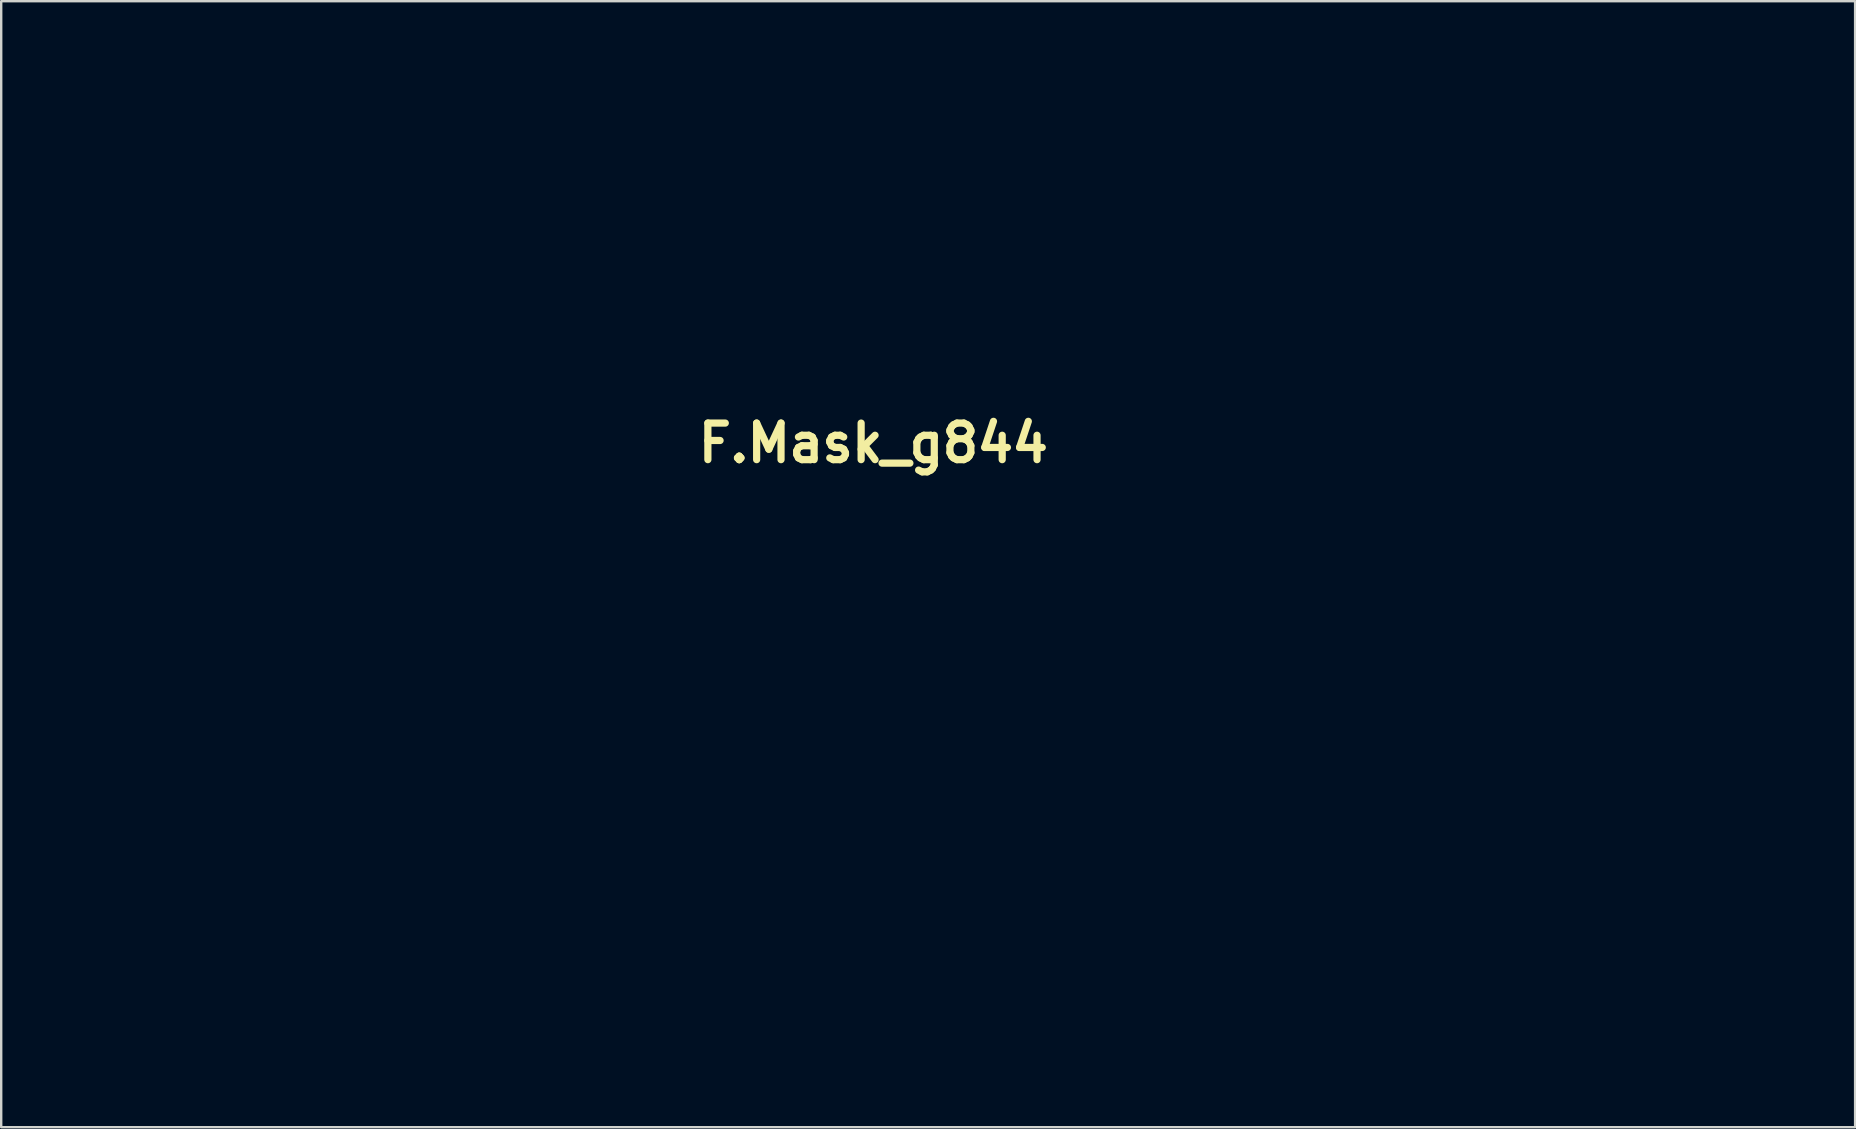
<source format=kicad_pcb>
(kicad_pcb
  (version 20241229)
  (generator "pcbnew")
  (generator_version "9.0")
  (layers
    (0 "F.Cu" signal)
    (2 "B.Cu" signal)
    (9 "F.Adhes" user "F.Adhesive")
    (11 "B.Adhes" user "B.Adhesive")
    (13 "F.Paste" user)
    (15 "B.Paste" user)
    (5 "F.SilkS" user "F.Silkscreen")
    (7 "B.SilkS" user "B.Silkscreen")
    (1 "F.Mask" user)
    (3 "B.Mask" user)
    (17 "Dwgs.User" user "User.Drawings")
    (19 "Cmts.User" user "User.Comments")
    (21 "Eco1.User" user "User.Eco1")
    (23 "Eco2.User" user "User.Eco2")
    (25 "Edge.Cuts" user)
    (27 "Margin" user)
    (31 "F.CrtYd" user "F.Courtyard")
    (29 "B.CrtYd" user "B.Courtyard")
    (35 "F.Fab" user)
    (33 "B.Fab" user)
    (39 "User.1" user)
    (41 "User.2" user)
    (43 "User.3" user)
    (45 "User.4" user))
  (footprint "F.Mask_g844"
    (layer "F.Cu")
    (at 33.343 15.415)
    (property "Reference" "F.Mask_g844" (at 0 0 0) (layer "F.SilkS") (effects (font (size 1.524 1.524) (thickness 0.3))))
    (attr through_hole)
    (fp_poly (pts (xy 4 -12.34) (xy 2.307 -12.34) (xy 2.307 -13.018) (xy 4 -13.018) (xy 4 -12.34)) (stroke (width 0.01) (type solid)) (fill yes) (layer "F.Mask"))
    (fp_poly (pts (xy 5.44 -11.853) (xy 7.091 -11.853) (xy 7.091 -11.155) (xy 4.614 -11.155) (xy 4.614 -14.817) (xy 5.44 -14.817) (xy 5.44 -11.853)) (stroke (width 0.01) (type solid)) (fill yes) (layer "F.Mask"))
    (fp_poly (pts (xy -6.668 -0.275) (xy -6.921 -0.275) (xy -6.921 -1.519) (xy -6.874 -1.532) (xy -6.82 -1.541) (xy -6.753 -1.545) (xy -6.747 -1.545) (xy -6.668 -1.545) (xy -6.668 -0.275)) (stroke (width 0.01) (type solid)) (fill yes) (layer "F.Mask"))
    (fp_poly (pts (xy -6.646 -4.572) (xy -7.133 -4.572) (xy -7.133 -6.451) (xy -7.043 -6.463) (xy -6.975 -6.472) (xy -6.885 -6.481) (xy -6.8 -6.49) (xy -6.646 -6.504) (xy -6.646 -4.572)) (stroke (width 0.01) (type solid)) (fill yes) (layer "F.Mask"))
    (fp_poly (pts (xy 23.093 -11.155) (xy 22.31 -11.155) (xy 22.31 -13.688) (xy 22.58 -13.713) (xy 22.696 -13.724) (xy 22.809 -13.735) (xy 22.906 -13.744) (xy 22.971 -13.751) (xy 23.093 -13.764) (xy 23.093 -11.155)) (stroke (width 0.01) (type solid)) (fill yes) (layer "F.Mask"))
    (fp_poly (pts (xy -32.512 -13.356) (xy -30.882 -13.356) (xy -30.882 -14.817) (xy -30.057 -14.817) (xy -30.057 -11.155) (xy -30.882 -11.155) (xy -30.882 -12.658) (xy -32.512 -12.658) (xy -32.512 -11.155) (xy -33.337 -11.155) (xy -33.337 -14.817) (xy -32.512 -14.817) (xy -32.512 -13.356)) (stroke (width 0.01) (type solid)) (fill yes) (layer "F.Mask"))
    (fp_poly (pts (xy -27.517 2.857) (xy -27.051 2.857) (xy -27.051 3.09) (xy -27.517 3.09) (xy -27.517 3.535) (xy -27.75 3.535) (xy -27.75 3.09) (xy -28.215 3.09) (xy -28.215 2.857) (xy -27.75 2.857) (xy -27.75 2.413) (xy -27.517 2.413) (xy -27.517 2.857)) (stroke (width 0.01) (type solid)) (fill yes) (layer "F.Mask"))
    (fp_poly (pts (xy -6.712 -2.098) (xy -6.652 -2.053) (xy -6.617 -1.99) (xy -6.612 -1.918) (xy -6.639 -1.847) (xy -6.683 -1.799) (xy -6.76 -1.762) (xy -6.841 -1.765) (xy -6.906 -1.799) (xy -6.96 -1.865) (xy -6.976 -1.945) (xy -6.963 -2.002) (xy -6.92 -2.073) (xy -6.854 -2.109) (xy -6.795 -2.115) (xy -6.712 -2.098)) (stroke (width 0.01) (type solid)) (fill yes) (layer "F.Mask"))
    (fp_poly (pts (xy -6.032 -0.275) (xy -6.287 -0.275) (xy -6.287 -1.249) (xy -6.286 -1.488) (xy -6.285 -1.688) (xy -6.284 -1.851) (xy -6.282 -1.981) (xy -6.279 -2.08) (xy -6.276 -2.152) (xy -6.271 -2.199) (xy -6.265 -2.225) (xy -6.26 -2.232) (xy -6.224 -2.239) (xy -6.164 -2.248) (xy -6.133 -2.252) (xy -6.032 -2.264) (xy -6.032 -0.275)) (stroke (width 0.01) (type solid)) (fill yes) (layer "F.Mask"))
    (fp_poly (pts (xy -5.481 -0.591) (xy -5.431 -0.549) (xy -5.387 -0.47) (xy -5.381 -0.392) (xy -5.412 -0.322) (xy -5.478 -0.27) (xy -5.492 -0.264) (xy -5.548 -0.242) (xy -5.585 -0.236) (xy -5.622 -0.245) (xy -5.644 -0.254) (xy -5.706 -0.3) (xy -5.747 -0.373) (xy -5.757 -0.44) (xy -5.74 -0.517) (xy -5.693 -0.575) (xy -5.628 -0.608) (xy -5.554 -0.615) (xy -5.481 -0.591)) (stroke (width 0.01) (type solid)) (fill yes) (layer "F.Mask"))
    (fp_poly (pts (xy -12.002 -6.9) (xy -13.293 -6.9) (xy -13.293 -6.181) (xy -12.732 -6.181) (xy -12.548 -6.18) (xy -12.404 -6.178) (xy -12.297 -6.175) (xy -12.224 -6.17) (xy -12.183 -6.164) (xy -12.171 -6.157) (xy -12.173 -6.126) (xy -12.181 -6.064) (xy -12.191 -5.983) (xy -12.196 -5.945) (xy -12.221 -5.757) (xy -13.293 -5.757) (xy -13.293 -4.995) (xy -11.98 -4.995) (xy -11.98 -4.572) (xy -13.78 -4.572) (xy -13.78 -7.324) (xy -12.002 -7.324) (xy -12.002 -6.9)) (stroke (width 0.01) (type solid)) (fill yes) (layer "F.Mask"))
    (fp_poly (pts (xy -31.538 -6.9) (xy -32.808 -6.9) (xy -32.808 -6.181) (xy -32.258 -6.181) (xy -32.091 -6.18) (xy -31.961 -6.18) (xy -31.865 -6.178) (xy -31.796 -6.175) (xy -31.751 -6.171) (xy -31.724 -6.165) (xy -31.711 -6.156) (xy -31.708 -6.146) (xy -31.708 -6.144) (xy -31.71 -6.106) (xy -31.718 -6.039) (xy -31.729 -5.956) (xy -31.732 -5.932) (xy -31.756 -5.757) (xy -32.808 -5.757) (xy -32.808 -4.995) (xy -31.517 -4.995) (xy -31.517 -4.572) (xy -33.316 -4.572) (xy -33.316 -7.324) (xy -31.538 -7.324) (xy -31.538 -6.9)) (stroke (width 0.01) (type solid)) (fill yes) (layer "F.Mask"))
    (fp_poly (pts (xy 22.842 -15.011) (xy 22.967 -14.959) (xy 23.058 -14.889) (xy 23.137 -14.782) (xy 23.186 -14.658) (xy 23.202 -14.527) (xy 23.183 -14.401) (xy 23.17 -14.366) (xy 23.1 -14.25) (xy 23.001 -14.16) (xy 22.88 -14.098) (xy 22.746 -14.068) (xy 22.606 -14.074) (xy 22.558 -14.085) (xy 22.428 -14.14) (xy 22.323 -14.225) (xy 22.248 -14.334) (xy 22.207 -14.461) (xy 22.201 -14.535) (xy 22.215 -14.678) (xy 22.259 -14.794) (xy 22.338 -14.89) (xy 22.444 -14.965) (xy 22.571 -15.016) (xy 22.707 -15.031) (xy 22.842 -15.011)) (stroke (width 0.01) (type solid)) (fill yes) (layer "F.Mask"))
    (fp_poly (pts (xy -6.772 -7.379) (xy -6.681 -7.319) (xy -6.629 -7.258) (xy -6.599 -7.207) (xy -6.586 -7.153) (xy -6.587 -7.08) (xy -6.588 -7.064) (xy -6.598 -6.984) (xy -6.618 -6.928) (xy -6.657 -6.879) (xy -6.657 -6.879) (xy -6.739 -6.819) (xy -6.841 -6.782) (xy -6.911 -6.773) (xy -6.955 -6.783) (xy -7.017 -6.806) (xy -7.042 -6.817) (xy -7.126 -6.88) (xy -7.183 -6.965) (xy -7.21 -7.062) (xy -7.204 -7.161) (xy -7.163 -7.253) (xy -7.159 -7.258) (xy -7.074 -7.343) (xy -6.976 -7.391) (xy -6.873 -7.403) (xy -6.772 -7.379)) (stroke (width 0.01) (type solid)) (fill yes) (layer "F.Mask"))
    (fp_poly (pts (xy -16.087 3.45) (xy -15.706 3.45) (xy -15.706 3.704) (xy -16.849 3.704) (xy -16.849 3.45) (xy -16.362 3.45) (xy -16.362 2.157) (xy -16.453 2.211) (xy -16.525 2.252) (xy -16.61 2.3) (xy -16.659 2.327) (xy -16.773 2.389) (xy -16.831 2.302) (xy -16.888 2.216) (xy -16.842 2.181) (xy -16.807 2.155) (xy -16.746 2.112) (xy -16.666 2.057) (xy -16.577 1.996) (xy -16.573 1.993) (xy -16.48 1.931) (xy -16.413 1.888) (xy -16.362 1.862) (xy -16.319 1.848) (xy -16.274 1.842) (xy -16.219 1.841) (xy -16.087 1.841) (xy -16.087 3.45)) (stroke (width 0.01) (type solid)) (fill yes) (layer "F.Mask"))
    (fp_poly (pts (xy -22.183 3.45) (xy -21.802 3.45) (xy -21.802 3.704) (xy -22.945 3.704) (xy -22.945 3.45) (xy -22.458 3.45) (xy -22.458 2.157) (xy -22.549 2.211) (xy -22.621 2.252) (xy -22.706 2.3) (xy -22.755 2.327) (xy -22.869 2.389) (xy -22.927 2.302) (xy -22.96 2.249) (xy -22.971 2.218) (xy -22.962 2.199) (xy -22.949 2.189) (xy -22.919 2.168) (xy -22.861 2.129) (xy -22.785 2.075) (xy -22.697 2.014) (xy -22.681 2.003) (xy -22.586 1.938) (xy -22.518 1.893) (xy -22.467 1.865) (xy -22.424 1.849) (xy -22.382 1.843) (xy -22.33 1.842) (xy -22.316 1.841) (xy -22.183 1.841) (xy -22.183 3.45)) (stroke (width 0.01) (type solid)) (fill yes) (layer "F.Mask"))
    (fp_poly (pts (xy -17.611 3.45) (xy -17.23 3.45) (xy -17.23 3.704) (xy -18.373 3.704) (xy -18.373 3.45) (xy -17.886 3.45) (xy -17.886 2.157) (xy -17.977 2.211) (xy -18.049 2.252) (xy -18.134 2.3) (xy -18.183 2.327) (xy -18.297 2.389) (xy -18.355 2.302) (xy -18.388 2.249) (xy -18.399 2.218) (xy -18.39 2.199) (xy -18.377 2.189) (xy -18.347 2.168) (xy -18.289 2.129) (xy -18.213 2.075) (xy -18.125 2.014) (xy -18.109 2.003) (xy -18.014 1.938) (xy -17.946 1.893) (xy -17.895 1.865) (xy -17.852 1.849) (xy -17.81 1.843) (xy -17.758 1.842) (xy -17.744 1.841) (xy -17.611 1.841) (xy -17.611 3.45)) (stroke (width 0.01) (type solid)) (fill yes) (layer "F.Mask"))
    (fp_poly (pts (xy -20.214 1.905) (xy -20.231 1.969) (xy -20.281 2.059) (xy -20.317 2.112) (xy -20.532 2.44) (xy -20.711 2.778) (xy -20.851 3.119) (xy -20.951 3.461) (xy -20.957 3.487) (xy -21.006 3.704) (xy -21.15 3.704) (xy -21.227 3.703) (xy -21.271 3.697) (xy -21.29 3.684) (xy -21.294 3.667) (xy -21.289 3.632) (xy -21.276 3.566) (xy -21.257 3.48) (xy -21.241 3.412) (xy -21.145 3.099) (xy -21.008 2.781) (xy -20.831 2.457) (xy -20.718 2.281) (xy -20.594 2.095) (xy -21.511 2.095) (xy -21.498 2.016) (xy -21.489 1.95) (xy -21.484 1.894) (xy -21.484 1.889) (xy -21.484 1.841) (xy -20.214 1.841) (xy -20.214 1.905)) (stroke (width 0.01) (type solid)) (fill yes) (layer "F.Mask"))
    (fp_poly (pts (xy 1.21 -6.514) (xy 1.287 -6.506) (xy 1.348 -6.495) (xy 1.379 -6.482) (xy 1.379 -6.482) (xy 1.387 -6.45) (xy 1.383 -6.378) (xy 1.369 -6.266) (xy 1.363 -6.225) (xy 1.345 -6.121) (xy 1.331 -6.053) (xy 1.318 -6.015) (xy 1.304 -6.001) (xy 1.292 -6.002) (xy 1.253 -6.013) (xy 1.19 -6.028) (xy 1.151 -6.036) (xy 1.013 -6.045) (xy 0.886 -6.012) (xy 0.768 -5.939) (xy 0.712 -5.886) (xy 0.614 -5.78) (xy 0.614 -4.572) (xy 0.148 -4.572) (xy 0.148 -6.452) (xy 0.206 -6.464) (xy 0.255 -6.471) (xy 0.331 -6.479) (xy 0.42 -6.487) (xy 0.439 -6.489) (xy 0.614 -6.503) (xy 0.614 -6.261) (xy 0.718 -6.355) (xy 0.846 -6.446) (xy 0.988 -6.5) (xy 1.147 -6.517) (xy 1.21 -6.514)) (stroke (width 0.01) (type solid)) (fill yes) (layer "F.Mask"))
    (fp_poly (pts (xy -14.635 1.845) (xy -14.614 1.853) (xy -14.611 1.869) (xy -14.615 1.882) (xy -14.627 1.912) (xy -14.653 1.975) (xy -14.691 2.066) (xy -14.74 2.18) (xy -14.797 2.312) (xy -14.859 2.455) (xy -14.869 2.481) (xy -15.111 3.037) (xy -14.876 3.043) (xy -14.781 3.045) (xy -14.702 3.044) (xy -14.648 3.041) (xy -14.63 3.037) (xy -14.624 3.013) (xy -14.616 2.954) (xy -14.608 2.87) (xy -14.599 2.767) (xy -14.597 2.74) (xy -14.577 2.455) (xy -14.33 2.455) (xy -14.33 3.048) (xy -14.076 3.048) (xy -14.076 3.281) (xy -14.33 3.281) (xy -14.33 3.704) (xy -14.626 3.704) (xy -14.626 3.281) (xy -15.452 3.281) (xy -15.452 3.21) (xy -15.444 3.171) (xy -15.42 3.098) (xy -15.383 2.993) (xy -15.334 2.862) (xy -15.274 2.709) (xy -15.205 2.536) (xy -15.189 2.496) (xy -14.925 1.852) (xy -14.763 1.846) (xy -14.682 1.843) (xy -14.635 1.845)) (stroke (width 0.01) (type solid)) (fill yes) (layer "F.Mask"))
    (fp_poly (pts (xy -10.063 1.845) (xy -10.042 1.853) (xy -10.039 1.869) (xy -10.043 1.882) (xy -10.055 1.912) (xy -10.081 1.975) (xy -10.119 2.066) (xy -10.168 2.18) (xy -10.225 2.312) (xy -10.287 2.455) (xy -10.297 2.481) (xy -10.539 3.037) (xy -10.304 3.043) (xy -10.209 3.045) (xy -10.13 3.044) (xy -10.076 3.041) (xy -10.058 3.037) (xy -10.052 3.013) (xy -10.044 2.954) (xy -10.036 2.87) (xy -10.027 2.767) (xy -10.025 2.74) (xy -10.005 2.455) (xy -9.758 2.455) (xy -9.758 3.048) (xy -9.504 3.048) (xy -9.504 3.281) (xy -9.758 3.281) (xy -9.758 3.704) (xy -10.054 3.704) (xy -10.054 3.281) (xy -10.88 3.281) (xy -10.88 3.21) (xy -10.872 3.171) (xy -10.848 3.098) (xy -10.811 2.993) (xy -10.762 2.862) (xy -10.702 2.709) (xy -10.633 2.536) (xy -10.617 2.496) (xy -10.353 1.852) (xy -10.191 1.846) (xy -10.11 1.843) (xy -10.063 1.845)) (stroke (width 0.01) (type solid)) (fill yes) (layer "F.Mask"))
    (fp_poly (pts (xy -8.539 1.845) (xy -8.518 1.853) (xy -8.515 1.869) (xy -8.519 1.881) (xy -8.53 1.91) (xy -8.556 1.973) (xy -8.595 2.064) (xy -8.643 2.178) (xy -8.7 2.309) (xy -8.762 2.453) (xy -8.773 2.479) (xy -9.015 3.037) (xy -8.78 3.043) (xy -8.685 3.045) (xy -8.606 3.044) (xy -8.552 3.041) (xy -8.534 3.037) (xy -8.528 3.013) (xy -8.52 2.954) (xy -8.512 2.87) (xy -8.503 2.767) (xy -8.501 2.74) (xy -8.481 2.455) (xy -8.234 2.455) (xy -8.234 3.048) (xy -7.98 3.048) (xy -7.98 3.281) (xy -8.234 3.281) (xy -8.234 3.704) (xy -8.53 3.704) (xy -8.53 3.281) (xy -9.356 3.281) (xy -9.356 3.21) (xy -9.348 3.171) (xy -9.324 3.098) (xy -9.287 2.993) (xy -9.238 2.862) (xy -9.178 2.709) (xy -9.109 2.536) (xy -9.093 2.496) (xy -8.829 1.852) (xy -8.667 1.846) (xy -8.586 1.843) (xy -8.539 1.845)) (stroke (width 0.01) (type solid)) (fill yes) (layer "F.Mask"))
    (fp_poly (pts (xy -14.998 -1.547) (xy -14.904 -1.523) (xy -14.833 -1.477) (xy -14.778 -1.405) (xy -14.768 -1.386) (xy -14.754 -1.357) (xy -14.743 -1.325) (xy -14.734 -1.284) (xy -14.728 -1.229) (xy -14.723 -1.153) (xy -14.72 -1.052) (xy -14.717 -0.918) (xy -14.715 -0.788) (xy -14.706 -0.275) (xy -14.984 -0.275) (xy -14.99 -0.751) (xy -14.992 -0.905) (xy -14.995 -1.022) (xy -14.998 -1.108) (xy -15.002 -1.169) (xy -15.009 -1.211) (xy -15.018 -1.239) (xy -15.03 -1.258) (xy -15.045 -1.275) (xy -15.108 -1.31) (xy -15.201 -1.322) (xy -15.315 -1.312) (xy -15.436 -1.282) (xy -15.557 -1.243) (xy -15.557 -0.275) (xy -15.812 -0.275) (xy -15.812 -1.519) (xy -15.764 -1.532) (xy -15.71 -1.541) (xy -15.643 -1.545) (xy -15.637 -1.545) (xy -15.584 -1.542) (xy -15.562 -1.526) (xy -15.557 -1.495) (xy -15.557 -1.444) (xy -15.425 -1.498) (xy -15.33 -1.531) (xy -15.236 -1.548) (xy -15.124 -1.554) (xy -14.998 -1.547)) (stroke (width 0.01) (type solid)) (fill yes) (layer "F.Mask"))
    (fp_poly (pts (xy -24.643 -1.553) (xy -24.527 -1.519) (xy -24.437 -1.456) (xy -24.39 -1.393) (xy -24.378 -1.366) (xy -24.369 -1.332) (xy -24.361 -1.285) (xy -24.356 -1.22) (xy -24.352 -1.13) (xy -24.349 -1.012) (xy -24.346 -0.858) (xy -24.345 -0.799) (xy -24.338 -0.275) (xy -24.617 -0.275) (xy -24.617 -0.738) (xy -24.617 -0.89) (xy -24.618 -1.006) (xy -24.62 -1.092) (xy -24.624 -1.152) (xy -24.631 -1.194) (xy -24.64 -1.223) (xy -24.652 -1.245) (xy -24.66 -1.256) (xy -24.712 -1.299) (xy -24.771 -1.323) (xy -24.842 -1.326) (xy -24.936 -1.314) (xy -25.035 -1.292) (xy -25.109 -1.267) (xy -25.167 -1.244) (xy -25.167 -0.275) (xy -25.442 -0.275) (xy -25.442 -1.519) (xy -25.376 -1.532) (xy -25.305 -1.542) (xy -25.239 -1.545) (xy -25.189 -1.54) (xy -25.169 -1.521) (xy -25.167 -1.501) (xy -25.16 -1.469) (xy -25.132 -1.471) (xy -25.13 -1.472) (xy -25.092 -1.485) (xy -25.027 -1.505) (xy -24.947 -1.527) (xy -24.937 -1.529) (xy -24.781 -1.557) (xy -24.643 -1.553)) (stroke (width 0.01) (type solid)) (fill yes) (layer "F.Mask"))
    (fp_poly (pts (xy -23.728 -0.976) (xy -23.472 -1.25) (xy -23.216 -1.524) (xy -23.07 -1.524) (xy -22.997 -1.522) (xy -22.945 -1.518) (xy -22.924 -1.511) (xy -22.924 -1.511) (xy -22.937 -1.491) (xy -22.974 -1.446) (xy -23.029 -1.384) (xy -23.097 -1.309) (xy -23.109 -1.296) (xy -23.186 -1.211) (xy -23.26 -1.13) (xy -23.322 -1.061) (xy -23.363 -1.015) (xy -23.432 -0.935) (xy -23.167 -0.621) (xy -23.086 -0.523) (xy -23.014 -0.436) (xy -22.957 -0.365) (xy -22.918 -0.315) (xy -22.903 -0.292) (xy -22.903 -0.291) (xy -22.922 -0.284) (xy -22.973 -0.278) (xy -23.047 -0.276) (xy -23.066 -0.276) (xy -23.23 -0.277) (xy -23.474 -0.582) (xy -23.717 -0.886) (xy -23.723 -0.581) (xy -23.729 -0.275) (xy -23.982 -0.275) (xy -23.982 -1.249) (xy -23.982 -1.488) (xy -23.981 -1.688) (xy -23.979 -1.851) (xy -23.977 -1.981) (xy -23.975 -2.08) (xy -23.971 -2.152) (xy -23.966 -2.199) (xy -23.961 -2.225) (xy -23.955 -2.232) (xy -23.92 -2.239) (xy -23.86 -2.248) (xy -23.828 -2.252) (xy -23.728 -2.264) (xy -23.728 -0.976)) (stroke (width 0.01) (type solid)) (fill yes) (layer "F.Mask"))
    (fp_poly (pts (xy -10.268 -6.508) (xy -10.124 -6.471) (xy -10.003 -6.407) (xy -9.97 -6.38) (xy -9.932 -6.344) (xy -9.901 -6.309) (xy -9.875 -6.27) (xy -9.855 -6.223) (xy -9.84 -6.164) (xy -9.828 -6.087) (xy -9.82 -5.99) (xy -9.814 -5.867) (xy -9.81 -5.714) (xy -9.807 -5.527) (xy -9.805 -5.339) (xy -9.797 -4.572) (xy -10.285 -4.572) (xy -10.291 -5.269) (xy -10.293 -5.46) (xy -10.295 -5.612) (xy -10.297 -5.732) (xy -10.3 -5.824) (xy -10.304 -5.891) (xy -10.309 -5.94) (xy -10.316 -5.974) (xy -10.324 -5.998) (xy -10.335 -6.016) (xy -10.342 -6.026) (xy -10.417 -6.092) (xy -10.517 -6.125) (xy -10.644 -6.125) (xy -10.683 -6.119) (xy -10.779 -6.097) (xy -10.88 -6.068) (xy -10.932 -6.05) (xy -11.049 -6.005) (xy -11.049 -4.572) (xy -11.515 -4.572) (xy -11.515 -6.451) (xy -11.446 -6.463) (xy -11.391 -6.471) (xy -11.31 -6.48) (xy -11.221 -6.488) (xy -11.213 -6.489) (xy -11.049 -6.503) (xy -11.049 -6.328) (xy -10.96 -6.373) (xy -10.782 -6.449) (xy -10.604 -6.497) (xy -10.43 -6.516) (xy -10.268 -6.508)) (stroke (width 0.01) (type solid)) (fill yes) (layer "F.Mask"))
    (fp_poly (pts (xy -24.779 -13.768) (xy -24.689 -13.765) (xy -24.623 -13.759) (xy -24.573 -13.748) (xy -24.528 -13.732) (xy -24.508 -13.724) (xy -24.367 -13.636) (xy -24.253 -13.516) (xy -24.181 -13.393) (xy -24.119 -13.261) (xy -24.113 -12.208) (xy -24.107 -11.155) (xy -24.889 -11.155) (xy -24.896 -12.06) (xy -24.898 -12.281) (xy -24.899 -12.463) (xy -24.901 -12.612) (xy -24.904 -12.73) (xy -24.907 -12.823) (xy -24.911 -12.893) (xy -24.916 -12.946) (xy -24.922 -12.984) (xy -24.929 -13.013) (xy -24.939 -13.037) (xy -24.942 -13.045) (xy -24.983 -13.104) (xy -25.031 -13.15) (xy -25.042 -13.156) (xy -25.135 -13.183) (xy -25.253 -13.186) (xy -25.388 -13.165) (xy -25.533 -13.122) (xy -25.671 -13.062) (xy -25.76 -13.017) (xy -25.76 -11.155) (xy -26.543 -11.155) (xy -26.543 -13.688) (xy -26.273 -13.713) (xy -26.157 -13.724) (xy -26.044 -13.735) (xy -25.946 -13.744) (xy -25.882 -13.751) (xy -25.76 -13.764) (xy -25.76 -13.528) (xy -25.596 -13.609) (xy -25.468 -13.67) (xy -25.362 -13.714) (xy -25.266 -13.742) (xy -25.168 -13.759) (xy -25.053 -13.767) (xy -24.91 -13.769) (xy -24.903 -13.769) (xy -24.779 -13.768)) (stroke (width 0.01) (type solid)) (fill yes) (layer "F.Mask"))
    (fp_poly (pts (xy -4.808 -6.497) (xy -4.674 -6.45) (xy -4.566 -6.376) (xy -4.548 -6.357) (xy -4.515 -6.321) (xy -4.487 -6.288) (xy -4.465 -6.254) (xy -4.448 -6.213) (xy -4.435 -6.163) (xy -4.425 -6.098) (xy -4.419 -6.014) (xy -4.414 -5.906) (xy -4.411 -5.77) (xy -4.409 -5.601) (xy -4.407 -5.396) (xy -4.407 -5.36) (xy -4.4 -4.572) (xy -4.889 -4.572) (xy -4.889 -5.25) (xy -4.89 -5.46) (xy -4.891 -5.632) (xy -4.895 -5.77) (xy -4.901 -5.877) (xy -4.912 -5.959) (xy -4.928 -6.018) (xy -4.95 -6.06) (xy -4.979 -6.087) (xy -5.016 -6.105) (xy -5.062 -6.117) (xy -5.102 -6.125) (xy -5.186 -6.128) (xy -5.293 -6.116) (xy -5.408 -6.091) (xy -5.516 -6.055) (xy -5.53 -6.049) (xy -5.63 -6.006) (xy -5.63 -4.572) (xy -6.117 -4.572) (xy -6.117 -6.451) (xy -6.027 -6.463) (xy -5.959 -6.472) (xy -5.869 -6.481) (xy -5.784 -6.49) (xy -5.63 -6.504) (xy -5.63 -6.427) (xy -5.628 -6.377) (xy -5.624 -6.351) (xy -5.622 -6.35) (xy -5.6 -6.358) (xy -5.551 -6.378) (xy -5.493 -6.404) (xy -5.31 -6.47) (xy -5.132 -6.508) (xy -4.963 -6.517) (xy -4.808 -6.497)) (stroke (width 0.01) (type solid)) (fill yes) (layer "F.Mask"))
    (fp_poly (pts (xy -21.611 -0.275) (xy -21.738 -0.275) (xy -21.812 -0.278) (xy -21.852 -0.286) (xy -21.865 -0.303) (xy -21.865 -0.307) (xy -21.865 -0.326) (xy -21.871 -0.335) (xy -21.892 -0.332) (xy -21.937 -0.315) (xy -21.991 -0.295) (xy -22.108 -0.261) (xy -22.234 -0.243) (xy -22.352 -0.241) (xy -22.45 -0.257) (xy -22.465 -0.262) (xy -22.529 -0.292) (xy -22.583 -0.326) (xy -22.589 -0.331) (xy -22.619 -0.362) (xy -22.643 -0.396) (xy -22.661 -0.439) (xy -22.674 -0.497) (xy -22.682 -0.575) (xy -22.687 -0.678) (xy -22.69 -0.813) (xy -22.691 -0.983) (xy -22.691 -1.013) (xy -22.691 -1.519) (xy -22.643 -1.532) (xy -22.589 -1.541) (xy -22.522 -1.545) (xy -22.517 -1.545) (xy -22.439 -1.545) (xy -22.432 -1.059) (xy -22.43 -0.903) (xy -22.428 -0.784) (xy -22.425 -0.696) (xy -22.421 -0.634) (xy -22.414 -0.591) (xy -22.406 -0.562) (xy -22.394 -0.543) (xy -22.379 -0.526) (xy -22.378 -0.524) (xy -22.317 -0.49) (xy -22.23 -0.476) (xy -22.128 -0.482) (xy -22.024 -0.509) (xy -21.987 -0.524) (xy -21.886 -0.569) (xy -21.886 -1.519) (xy -21.82 -1.532) (xy -21.749 -1.542) (xy -21.683 -1.545) (xy -21.611 -1.545) (xy -21.611 -0.275)) (stroke (width 0.01) (type solid)) (fill yes) (layer "F.Mask"))
    (fp_poly (pts (xy -17.505 -0.275) (xy -17.632 -0.275) (xy -17.706 -0.278) (xy -17.745 -0.286) (xy -17.759 -0.303) (xy -17.759 -0.307) (xy -17.759 -0.326) (xy -17.765 -0.335) (xy -17.786 -0.332) (xy -17.831 -0.315) (xy -17.885 -0.295) (xy -18.002 -0.261) (xy -18.127 -0.243) (xy -18.246 -0.241) (xy -18.344 -0.257) (xy -18.358 -0.262) (xy -18.423 -0.292) (xy -18.476 -0.326) (xy -18.483 -0.331) (xy -18.513 -0.362) (xy -18.537 -0.396) (xy -18.554 -0.439) (xy -18.567 -0.497) (xy -18.576 -0.575) (xy -18.581 -0.678) (xy -18.584 -0.813) (xy -18.584 -0.983) (xy -18.584 -1.013) (xy -18.584 -1.519) (xy -18.537 -1.532) (xy -18.483 -1.541) (xy -18.416 -1.545) (xy -18.411 -1.545) (xy -18.333 -1.545) (xy -18.326 -1.059) (xy -18.324 -0.903) (xy -18.322 -0.784) (xy -18.319 -0.696) (xy -18.314 -0.633) (xy -18.308 -0.591) (xy -18.3 -0.562) (xy -18.288 -0.543) (xy -18.273 -0.526) (xy -18.271 -0.524) (xy -18.21 -0.49) (xy -18.123 -0.476) (xy -18.022 -0.482) (xy -17.918 -0.509) (xy -17.881 -0.524) (xy -17.78 -0.569) (xy -17.78 -1.519) (xy -17.714 -1.532) (xy -17.642 -1.542) (xy -17.576 -1.545) (xy -17.505 -1.545) (xy -17.505 -0.275)) (stroke (width 0.01) (type solid)) (fill yes) (layer "F.Mask"))
    (fp_poly (pts (xy -13.124 1.829) (xy -12.986 1.864) (xy -12.868 1.926) (xy -12.795 1.994) (xy -12.73 2.088) (xy -12.693 2.187) (xy -12.679 2.307) (xy -12.679 2.337) (xy -12.688 2.458) (xy -12.716 2.576) (xy -12.767 2.696) (xy -12.843 2.822) (xy -12.948 2.96) (xy -13.082 3.114) (xy -13.171 3.208) (xy -13.403 3.45) (xy -12.658 3.45) (xy -12.658 3.704) (xy -13.885 3.704) (xy -13.885 3.639) (xy -13.882 3.614) (xy -13.868 3.583) (xy -13.842 3.544) (xy -13.798 3.491) (xy -13.735 3.421) (xy -13.649 3.328) (xy -13.545 3.221) (xy -13.376 3.041) (xy -13.239 2.885) (xy -13.131 2.75) (xy -13.051 2.633) (xy -12.997 2.531) (xy -12.967 2.442) (xy -12.96 2.362) (xy -12.966 2.321) (xy -13.007 2.211) (xy -13.076 2.132) (xy -13.17 2.086) (xy -13.269 2.074) (xy -13.365 2.087) (xy -13.476 2.121) (xy -13.583 2.169) (xy -13.654 2.213) (xy -13.727 2.268) (xy -13.806 2.179) (xy -13.847 2.127) (xy -13.87 2.086) (xy -13.872 2.07) (xy -13.849 2.048) (xy -13.8 2.012) (xy -13.736 1.97) (xy -13.735 1.969) (xy -13.587 1.891) (xy -13.431 1.842) (xy -13.274 1.822) (xy -13.124 1.829)) (stroke (width 0.01) (type solid)) (fill yes) (layer "F.Mask"))
    (fp_poly (pts (xy -12.126 -14.816) (xy -12.015 -14.815) (xy -11.935 -14.813) (xy -11.883 -14.809) (xy -11.851 -14.803) (xy -11.836 -14.794) (xy -11.832 -14.783) (xy -11.832 -14.782) (xy -11.843 -14.758) (xy -11.875 -14.702) (xy -11.926 -14.617) (xy -11.994 -14.506) (xy -12.076 -14.372) (xy -12.172 -14.219) (xy -12.278 -14.05) (xy -12.393 -13.868) (xy -12.499 -13.702) (xy -13.166 -12.657) (xy -13.166 -11.155) (xy -13.97 -11.155) (xy -13.97 -12.633) (xy -14.63 -13.688) (xy -14.749 -13.88) (xy -14.863 -14.062) (xy -14.967 -14.231) (xy -15.061 -14.383) (xy -15.142 -14.515) (xy -15.208 -14.624) (xy -15.258 -14.707) (xy -15.289 -14.76) (xy -15.299 -14.78) (xy -15.3 -14.792) (xy -15.292 -14.801) (xy -15.27 -14.808) (xy -15.229 -14.812) (xy -15.164 -14.814) (xy -15.07 -14.814) (xy -14.942 -14.813) (xy -14.838 -14.812) (xy -14.367 -14.806) (xy -13.978 -14.14) (xy -13.889 -13.988) (xy -13.805 -13.846) (xy -13.731 -13.72) (xy -13.668 -13.614) (xy -13.619 -13.532) (xy -13.586 -13.479) (xy -13.572 -13.457) (xy -13.557 -13.471) (xy -13.524 -13.517) (xy -13.473 -13.592) (xy -13.408 -13.691) (xy -13.332 -13.812) (xy -13.246 -13.95) (xy -13.153 -14.101) (xy -13.136 -14.128) (xy -12.718 -14.817) (xy -12.275 -14.817) (xy -12.126 -14.816)) (stroke (width 0.01) (type solid)) (fill yes) (layer "F.Mask"))
    (fp_poly (pts (xy -4.527 -1.547) (xy -4.435 -1.532) (xy -4.347 -1.51) (xy -4.275 -1.485) (xy -4.227 -1.458) (xy -4.212 -1.437) (xy -4.22 -1.41) (xy -4.241 -1.363) (xy -4.266 -1.311) (xy -4.289 -1.268) (xy -4.303 -1.249) (xy -4.303 -1.249) (xy -4.325 -1.255) (xy -4.374 -1.272) (xy -4.435 -1.293) (xy -4.574 -1.325) (xy -4.695 -1.318) (xy -4.798 -1.275) (xy -4.879 -1.196) (xy -4.936 -1.084) (xy -4.965 -0.955) (xy -4.969 -0.804) (xy -4.941 -0.677) (xy -4.884 -0.579) (xy -4.801 -0.51) (xy -4.696 -0.475) (xy -4.572 -0.474) (xy -4.431 -0.512) (xy -4.415 -0.518) (xy -4.336 -0.547) (xy -4.284 -0.553) (xy -4.25 -0.534) (xy -4.221 -0.486) (xy -4.211 -0.462) (xy -4.195 -0.414) (xy -4.203 -0.384) (xy -4.232 -0.357) (xy -4.292 -0.322) (xy -4.38 -0.288) (xy -4.481 -0.259) (xy -4.579 -0.24) (xy -4.654 -0.234) (xy -4.739 -0.241) (xy -4.829 -0.257) (xy -4.851 -0.262) (xy -4.989 -0.318) (xy -5.096 -0.401) (xy -5.174 -0.515) (xy -5.224 -0.659) (xy -5.241 -0.773) (xy -5.242 -0.961) (xy -5.21 -1.128) (xy -5.147 -1.271) (xy -5.056 -1.388) (xy -4.939 -1.476) (xy -4.797 -1.531) (xy -4.633 -1.553) (xy -4.614 -1.553) (xy -4.527 -1.547)) (stroke (width 0.01) (type solid)) (fill yes) (layer "F.Mask"))
    (fp_poly (pts (xy -4.371 -13.776) (xy -4.362 -13.775) (xy -4.204 -13.765) (xy -4.079 -13.743) (xy -3.978 -13.706) (xy -3.891 -13.651) (xy -3.809 -13.574) (xy -3.801 -13.565) (xy -3.764 -13.524) (xy -3.734 -13.487) (xy -3.708 -13.451) (xy -3.687 -13.41) (xy -3.67 -13.362) (xy -3.657 -13.302) (xy -3.647 -13.227) (xy -3.639 -13.133) (xy -3.634 -13.017) (xy -3.63 -12.873) (xy -3.628 -12.699) (xy -3.626 -12.492) (xy -3.625 -12.246) (xy -3.624 -12.208) (xy -3.618 -11.155) (xy -4.401 -11.155) (xy -4.407 -12.06) (xy -4.409 -12.295) (xy -4.411 -12.491) (xy -4.414 -12.652) (xy -4.418 -12.783) (xy -4.424 -12.886) (xy -4.432 -12.965) (xy -4.443 -13.025) (xy -4.457 -13.069) (xy -4.475 -13.1) (xy -4.498 -13.123) (xy -4.524 -13.141) (xy -4.548 -13.154) (xy -4.638 -13.18) (xy -4.753 -13.184) (xy -4.884 -13.167) (xy -5.021 -13.129) (xy -5.154 -13.074) (xy -5.191 -13.054) (xy -5.271 -13.01) (xy -5.271 -11.155) (xy -6.054 -11.155) (xy -6.054 -13.688) (xy -5.784 -13.713) (xy -5.668 -13.724) (xy -5.554 -13.735) (xy -5.457 -13.744) (xy -5.392 -13.751) (xy -5.271 -13.764) (xy -5.271 -13.527) (xy -5.075 -13.621) (xy -4.922 -13.69) (xy -4.79 -13.736) (xy -4.664 -13.764) (xy -4.529 -13.776) (xy -4.371 -13.776)) (stroke (width 0.01) (type solid)) (fill yes) (layer "F.Mask"))
    (fp_poly (pts (xy 2.009 -14.816) (xy 2.122 -14.815) (xy 2.202 -14.813) (xy 2.255 -14.81) (xy 2.286 -14.804) (xy 2.301 -14.796) (xy 2.303 -14.785) (xy 2.302 -14.78) (xy 2.289 -14.755) (xy 2.256 -14.699) (xy 2.203 -14.613) (xy 2.134 -14.502) (xy 2.05 -14.368) (xy 1.954 -14.215) (xy 1.847 -14.046) (xy 1.732 -13.864) (xy 1.633 -13.709) (xy 0.974 -12.676) (xy 0.974 -11.155) (xy 0.148 -11.155) (xy 0.148 -12.644) (xy -0.508 -13.695) (xy -0.627 -13.886) (xy -0.74 -14.068) (xy -0.843 -14.236) (xy -0.935 -14.388) (xy -1.015 -14.519) (xy -1.079 -14.628) (xy -1.127 -14.71) (xy -1.156 -14.762) (xy -1.164 -14.781) (xy -1.161 -14.793) (xy -1.148 -14.802) (xy -1.12 -14.808) (xy -1.071 -14.812) (xy -0.997 -14.815) (xy -0.893 -14.816) (xy -0.753 -14.816) (xy -0.704 -14.816) (xy -0.243 -14.816) (xy 0.156 -14.129) (xy 0.247 -13.975) (xy 0.331 -13.833) (xy 0.406 -13.708) (xy 0.469 -13.603) (xy 0.52 -13.522) (xy 0.554 -13.47) (xy 0.569 -13.45) (xy 0.57 -13.45) (xy 0.584 -13.47) (xy 0.617 -13.521) (xy 0.667 -13.601) (xy 0.731 -13.705) (xy 0.807 -13.829) (xy 0.893 -13.969) (xy 0.986 -14.121) (xy 0.995 -14.138) (xy 1.408 -14.816) (xy 1.86 -14.817) (xy 2.009 -14.816)) (stroke (width 0.01) (type solid)) (fill yes) (layer "F.Mask"))
    (fp_poly (pts (xy 35.663 -11.75) (xy 35.975 -11.699) (xy 36.034 -11.685) (xy 36.337 -11.586) (xy 36.623 -11.45) (xy 36.889 -11.28) (xy 37.13 -11.078) (xy 37.344 -10.849) (xy 37.529 -10.593) (xy 37.68 -10.315) (xy 37.782 -10.059) (xy 37.861 -9.76) (xy 37.903 -9.449) (xy 37.908 -9.135) (xy 37.876 -8.824) (xy 37.808 -8.525) (xy 37.793 -8.477) (xy 37.675 -8.183) (xy 37.521 -7.906) (xy 37.335 -7.651) (xy 37.119 -7.421) (xy 36.877 -7.22) (xy 36.611 -7.051) (xy 36.429 -6.961) (xy 36.251 -6.888) (xy 36.085 -6.835) (xy 35.918 -6.798) (xy 35.737 -6.775) (xy 35.531 -6.763) (xy 35.465 -6.761) (xy 35.274 -6.759) (xy 35.121 -6.764) (xy 35 -6.775) (xy 34.95 -6.783) (xy 34.638 -6.862) (xy 34.345 -6.977) (xy 34.075 -7.124) (xy 33.828 -7.301) (xy 33.607 -7.504) (xy 33.412 -7.73) (xy 33.246 -7.978) (xy 33.11 -8.243) (xy 33.006 -8.524) (xy 32.936 -8.816) (xy 32.901 -9.118) (xy 32.903 -9.427) (xy 32.944 -9.738) (xy 33.025 -10.051) (xy 33.032 -10.071) (xy 33.151 -10.362) (xy 33.304 -10.631) (xy 33.487 -10.875) (xy 33.698 -11.093) (xy 33.932 -11.284) (xy 34.188 -11.445) (xy 34.461 -11.575) (xy 34.748 -11.673) (xy 35.046 -11.735) (xy 35.352 -11.762) (xy 35.663 -11.75)) (stroke (width 0.01) (type solid)) (fill yes) (layer "F.Mask"))
    (fp_poly (pts (xy -27.94 -1.859) (xy -27.94 -1.719) (xy -27.939 -1.617) (xy -27.936 -1.545) (xy -27.932 -1.501) (xy -27.926 -1.477) (xy -27.916 -1.469) (xy -27.904 -1.472) (xy -27.903 -1.472) (xy -27.865 -1.485) (xy -27.8 -1.505) (xy -27.72 -1.527) (xy -27.71 -1.529) (xy -27.553 -1.557) (xy -27.416 -1.553) (xy -27.3 -1.519) (xy -27.21 -1.456) (xy -27.163 -1.393) (xy -27.151 -1.366) (xy -27.142 -1.332) (xy -27.134 -1.285) (xy -27.129 -1.22) (xy -27.125 -1.13) (xy -27.122 -1.012) (xy -27.119 -0.858) (xy -27.118 -0.799) (xy -27.111 -0.275) (xy -27.39 -0.275) (xy -27.39 -0.74) (xy -27.39 -0.891) (xy -27.391 -1.007) (xy -27.392 -1.091) (xy -27.396 -1.151) (xy -27.402 -1.192) (xy -27.411 -1.221) (xy -27.424 -1.242) (xy -27.44 -1.263) (xy -27.441 -1.264) (xy -27.474 -1.297) (xy -27.51 -1.314) (xy -27.562 -1.321) (xy -27.621 -1.321) (xy -27.71 -1.313) (xy -27.8 -1.295) (xy -27.845 -1.282) (xy -27.94 -1.245) (xy -27.94 -0.275) (xy -28.215 -0.275) (xy -28.215 -1.249) (xy -28.215 -1.488) (xy -28.214 -1.688) (xy -28.213 -1.851) (xy -28.211 -1.981) (xy -28.208 -2.08) (xy -28.204 -2.152) (xy -28.2 -2.199) (xy -28.194 -2.225) (xy -28.189 -2.232) (xy -28.154 -2.239) (xy -28.093 -2.247) (xy -28.051 -2.251) (xy -27.94 -2.263) (xy -27.94 -1.859)) (stroke (width 0.01) (type solid)) (fill yes) (layer "F.Mask"))
    (fp_poly (pts (xy 27.873 -15.324) (xy 27.961 -15.241) (xy 28.065 -15.134) (xy 28.177 -15.012) (xy 28.287 -14.884) (xy 28.388 -14.761) (xy 28.471 -14.651) (xy 28.488 -14.626) (xy 28.66 -14.345) (xy 28.796 -14.053) (xy 28.897 -13.746) (xy 28.964 -13.421) (xy 28.998 -13.075) (xy 28.999 -12.704) (xy 28.995 -12.614) (xy 28.955 -12.259) (xy 28.875 -11.919) (xy 28.754 -11.592) (xy 28.595 -11.281) (xy 28.452 -11.062) (xy 28.396 -10.989) (xy 28.318 -10.896) (xy 28.226 -10.791) (xy 28.127 -10.683) (xy 28.056 -10.61) (xy 27.781 -10.327) (xy 27.564 -10.51) (xy 27.485 -10.579) (xy 27.418 -10.638) (xy 27.371 -10.682) (xy 27.349 -10.705) (xy 27.348 -10.707) (xy 27.361 -10.728) (xy 27.395 -10.773) (xy 27.445 -10.833) (xy 27.467 -10.858) (xy 27.687 -11.146) (xy 27.87 -11.453) (xy 28.016 -11.779) (xy 28.123 -12.123) (xy 28.134 -12.171) (xy 28.157 -12.301) (xy 28.175 -12.462) (xy 28.186 -12.643) (xy 28.191 -12.834) (xy 28.19 -13.023) (xy 28.183 -13.199) (xy 28.168 -13.353) (xy 28.163 -13.388) (xy 28.088 -13.729) (xy 27.974 -14.059) (xy 27.82 -14.377) (xy 27.629 -14.677) (xy 27.467 -14.884) (xy 27.414 -14.948) (xy 27.372 -15) (xy 27.35 -15.031) (xy 27.347 -15.036) (xy 27.363 -15.053) (xy 27.404 -15.091) (xy 27.466 -15.147) (xy 27.543 -15.213) (xy 27.561 -15.228) (xy 27.775 -15.409) (xy 27.873 -15.324)) (stroke (width 0.01) (type solid)) (fill yes) (layer "F.Mask"))
    (fp_poly (pts (xy -22.686 -13.861) (xy -22.68 -12.608) (xy -22.246 -13.15) (xy -21.812 -13.692) (xy -21.384 -13.694) (xy -21.241 -13.693) (xy -21.122 -13.691) (xy -21.031 -13.687) (xy -20.974 -13.681) (xy -20.955 -13.675) (xy -20.968 -13.655) (xy -21.005 -13.606) (xy -21.063 -13.532) (xy -21.139 -13.437) (xy -21.23 -13.326) (xy -21.332 -13.201) (xy -21.421 -13.094) (xy -21.887 -12.533) (xy -21.407 -11.882) (xy -21.3 -11.735) (xy -21.2 -11.598) (xy -21.111 -11.475) (xy -21.035 -11.368) (xy -20.976 -11.284) (xy -20.936 -11.225) (xy -20.918 -11.195) (xy -20.918 -11.193) (xy -20.917 -11.181) (xy -20.924 -11.171) (xy -20.946 -11.164) (xy -20.986 -11.16) (xy -21.05 -11.157) (xy -21.143 -11.155) (xy -21.27 -11.155) (xy -21.372 -11.155) (xy -21.836 -11.155) (xy -22.68 -12.358) (xy -22.686 -11.756) (xy -22.691 -11.155) (xy -23.474 -11.155) (xy -23.474 -13.102) (xy -23.474 -13.446) (xy -23.473 -13.749) (xy -23.473 -14.014) (xy -23.472 -14.244) (xy -23.471 -14.44) (xy -23.469 -14.604) (xy -23.467 -14.738) (xy -23.465 -14.846) (xy -23.462 -14.928) (xy -23.459 -14.988) (xy -23.455 -15.026) (xy -23.451 -15.046) (xy -23.447 -15.05) (xy -23.417 -15.052) (xy -23.354 -15.058) (xy -23.266 -15.067) (xy -23.161 -15.078) (xy -23.135 -15.081) (xy -23.022 -15.093) (xy -22.917 -15.103) (xy -22.831 -15.109) (xy -22.775 -15.113) (xy -22.77 -15.113) (xy -22.691 -15.113) (xy -22.686 -13.861)) (stroke (width 0.01) (type solid)) (fill yes) (layer "F.Mask"))
    (fp_poly (pts (xy -1.589 -15.229) (xy -1.51 -15.161) (xy -1.445 -15.103) (xy -1.398 -15.06) (xy -1.377 -15.038) (xy -1.376 -15.036) (xy -1.388 -15.017) (xy -1.423 -14.971) (xy -1.473 -14.907) (xy -1.529 -14.838) (xy -1.736 -14.561) (xy -1.904 -14.282) (xy -2.034 -13.995) (xy -2.129 -13.696) (xy -2.19 -13.38) (xy -2.219 -13.04) (xy -2.222 -12.872) (xy -2.207 -12.516) (xy -2.162 -12.187) (xy -2.085 -11.883) (xy -1.976 -11.6) (xy -1.967 -11.579) (xy -1.888 -11.429) (xy -1.788 -11.263) (xy -1.677 -11.096) (xy -1.563 -10.943) (xy -1.494 -10.86) (xy -1.44 -10.797) (xy -1.399 -10.745) (xy -1.378 -10.714) (xy -1.376 -10.709) (xy -1.391 -10.692) (xy -1.431 -10.653) (xy -1.49 -10.6) (xy -1.561 -10.539) (xy -1.635 -10.475) (xy -1.707 -10.415) (xy -1.768 -10.365) (xy -1.781 -10.355) (xy -1.796 -10.349) (xy -1.817 -10.356) (xy -1.849 -10.377) (xy -1.895 -10.417) (xy -1.959 -10.479) (xy -2.046 -10.568) (xy -2.103 -10.626) (xy -2.341 -10.891) (xy -2.541 -11.153) (xy -2.703 -11.417) (xy -2.829 -11.689) (xy -2.923 -11.973) (xy -2.985 -12.275) (xy -3.019 -12.601) (xy -3.027 -12.869) (xy -3.019 -13.156) (xy -2.995 -13.412) (xy -2.953 -13.648) (xy -2.89 -13.874) (xy -2.805 -14.098) (xy -2.732 -14.257) (xy -2.587 -14.515) (xy -2.407 -14.774) (xy -2.198 -15.026) (xy -1.965 -15.263) (xy -1.909 -15.314) (xy -1.802 -15.41) (xy -1.589 -15.229)) (stroke (width 0.01) (type solid)) (fill yes) (layer "F.Mask"))
    (fp_poly (pts (xy -19.556 -1.038) (xy -19.378 -0.552) (xy -19.31 -0.758) (xy -19.275 -0.86) (xy -19.232 -0.986) (xy -19.186 -1.12) (xy -19.143 -1.244) (xy -19.045 -1.524) (xy -18.91 -1.524) (xy -18.841 -1.522) (xy -18.792 -1.518) (xy -18.775 -1.512) (xy -18.782 -1.489) (xy -18.801 -1.433) (xy -18.831 -1.347) (xy -18.87 -1.238) (xy -18.915 -1.111) (xy -18.965 -0.972) (xy -19.018 -0.826) (xy -19.071 -0.679) (xy -19.123 -0.536) (xy -19.172 -0.403) (xy -19.215 -0.284) (xy -19.252 -0.187) (xy -19.278 -0.115) (xy -19.294 -0.075) (xy -19.294 -0.075) (xy -19.374 0.073) (xy -19.472 0.182) (xy -19.589 0.254) (xy -19.724 0.287) (xy -19.876 0.282) (xy -19.915 0.274) (xy -19.973 0.261) (xy -20.01 0.251) (xy -20.016 0.248) (xy -20.014 0.225) (xy -20.001 0.176) (xy -19.99 0.141) (xy -19.956 0.042) (xy -19.846 0.055) (xy -19.746 0.058) (xy -19.669 0.035) (xy -19.607 -0.019) (xy -19.551 -0.108) (xy -19.539 -0.132) (xy -19.507 -0.202) (xy -19.492 -0.244) (xy -19.494 -0.266) (xy -19.51 -0.277) (xy -19.512 -0.278) (xy -19.531 -0.303) (xy -19.564 -0.367) (xy -19.61 -0.47) (xy -19.669 -0.612) (xy -19.74 -0.791) (xy -19.775 -0.881) (xy -19.833 -1.031) (xy -19.885 -1.168) (xy -19.93 -1.288) (xy -19.966 -1.386) (xy -19.99 -1.456) (xy -20.002 -1.493) (xy -20.003 -1.498) (xy -19.986 -1.514) (xy -19.932 -1.522) (xy -19.868 -1.524) (xy -19.733 -1.524) (xy -19.556 -1.038)) (stroke (width 0.01) (type solid)) (fill yes) (layer "F.Mask"))
    (fp_poly (pts (xy -1.739 -1.544) (xy -1.628 -1.497) (xy -1.622 -1.493) (xy -1.549 -1.443) (xy -1.404 -1.497) (xy -1.283 -1.532) (xy -1.159 -1.552) (xy -1.043 -1.555) (xy -0.946 -1.542) (xy -0.876 -1.512) (xy -0.876 -1.512) (xy -0.833 -1.48) (xy -0.8 -1.45) (xy -0.775 -1.416) (xy -0.756 -1.375) (xy -0.743 -1.319) (xy -0.735 -1.244) (xy -0.73 -1.144) (xy -0.727 -1.014) (xy -0.724 -0.848) (xy -0.724 -0.813) (xy -0.718 -0.275) (xy -0.974 -0.275) (xy -0.974 -0.683) (xy -0.976 -0.858) (xy -0.98 -0.995) (xy -0.987 -1.101) (xy -0.998 -1.179) (xy -1.013 -1.235) (xy -1.034 -1.274) (xy -1.047 -1.289) (xy -1.097 -1.313) (xy -1.176 -1.321) (xy -1.273 -1.312) (xy -1.378 -1.287) (xy -1.392 -1.283) (xy -1.503 -1.245) (xy -1.503 -0.275) (xy -1.754 -0.275) (xy -1.761 -0.751) (xy -1.763 -0.905) (xy -1.765 -1.022) (xy -1.769 -1.108) (xy -1.773 -1.169) (xy -1.78 -1.211) (xy -1.788 -1.239) (xy -1.8 -1.258) (xy -1.816 -1.275) (xy -1.879 -1.31) (xy -1.968 -1.322) (xy -2.073 -1.31) (xy -2.167 -1.283) (xy -2.265 -1.245) (xy -2.265 -0.275) (xy -2.54 -0.275) (xy -2.54 -1.519) (xy -2.474 -1.532) (xy -2.402 -1.542) (xy -2.336 -1.545) (xy -2.286 -1.54) (xy -2.267 -1.52) (xy -2.265 -1.503) (xy -2.264 -1.474) (xy -2.253 -1.464) (xy -2.223 -1.471) (xy -2.172 -1.492) (xy -2.017 -1.542) (xy -1.871 -1.559) (xy -1.739 -1.544)) (stroke (width 0.01) (type solid)) (fill yes) (layer "F.Mask"))
    (fp_poly (pts (xy -19.6 -4.572) (xy -19.812 -4.572) (xy -19.908 -4.573) (xy -19.97 -4.575) (xy -20.005 -4.582) (xy -20.02 -4.594) (xy -20.024 -4.612) (xy -20.024 -4.613) (xy -20.032 -4.653) (xy -20.06 -4.666) (xy -20.113 -4.652) (xy -20.171 -4.625) (xy -20.361 -4.55) (xy -20.556 -4.515) (xy -20.75 -4.519) (xy -20.869 -4.542) (xy -21.027 -4.604) (xy -21.158 -4.699) (xy -21.261 -4.825) (xy -21.337 -4.983) (xy -21.386 -5.174) (xy -21.407 -5.397) (xy -21.408 -5.472) (xy -21.404 -5.541) (xy -20.908 -5.541) (xy -20.906 -5.354) (xy -20.878 -5.198) (xy -20.825 -5.072) (xy -20.748 -4.979) (xy -20.648 -4.92) (xy -20.527 -4.896) (xy -20.385 -4.907) (xy -20.364 -4.912) (xy -20.286 -4.934) (xy -20.199 -4.965) (xy -20.168 -4.978) (xy -20.066 -5.022) (xy -20.066 -6.112) (xy -20.205 -6.139) (xy -20.376 -6.154) (xy -20.525 -6.134) (xy -20.652 -6.078) (xy -20.756 -5.988) (xy -20.834 -5.866) (xy -20.885 -5.711) (xy -20.908 -5.541) (xy -21.404 -5.541) (xy -21.397 -5.676) (xy -21.365 -5.85) (xy -21.308 -6.001) (xy -21.225 -6.137) (xy -21.143 -6.234) (xy -20.999 -6.358) (xy -20.834 -6.446) (xy -20.648 -6.498) (xy -20.44 -6.515) (xy -20.352 -6.512) (xy -20.261 -6.505) (xy -20.181 -6.497) (xy -20.126 -6.489) (xy -20.114 -6.486) (xy -20.066 -6.472) (xy -20.066 -7.488) (xy -20.018 -7.5) (xy -19.976 -7.506) (xy -19.904 -7.515) (xy -19.817 -7.523) (xy -19.786 -7.526) (xy -19.6 -7.54) (xy -19.6 -4.572)) (stroke (width 0.01) (type solid)) (fill yes) (layer "F.Mask"))
    (fp_poly (pts (xy -21.823 -4.572) (xy -22.035 -4.572) (xy -22.131 -4.572) (xy -22.192 -4.575) (xy -22.227 -4.581) (xy -22.242 -4.593) (xy -22.246 -4.612) (xy -22.246 -4.625) (xy -22.25 -4.66) (xy -22.267 -4.674) (xy -22.304 -4.667) (xy -22.369 -4.638) (xy -22.395 -4.625) (xy -22.584 -4.55) (xy -22.779 -4.515) (xy -22.973 -4.519) (xy -23.091 -4.542) (xy -23.249 -4.604) (xy -23.38 -4.699) (xy -23.484 -4.825) (xy -23.56 -4.983) (xy -23.608 -5.174) (xy -23.63 -5.397) (xy -23.631 -5.472) (xy -23.627 -5.541) (xy -23.13 -5.541) (xy -23.129 -5.354) (xy -23.1 -5.198) (xy -23.047 -5.072) (xy -22.971 -4.979) (xy -22.871 -4.92) (xy -22.75 -4.896) (xy -22.608 -4.907) (xy -22.587 -4.912) (xy -22.509 -4.934) (xy -22.422 -4.965) (xy -22.391 -4.978) (xy -22.288 -5.022) (xy -22.288 -6.112) (xy -22.428 -6.139) (xy -22.598 -6.154) (xy -22.748 -6.134) (xy -22.875 -6.078) (xy -22.978 -5.988) (xy -23.056 -5.866) (xy -23.108 -5.711) (xy -23.13 -5.541) (xy -23.627 -5.541) (xy -23.62 -5.676) (xy -23.588 -5.85) (xy -23.531 -6.001) (xy -23.447 -6.137) (xy -23.366 -6.234) (xy -23.222 -6.358) (xy -23.057 -6.446) (xy -22.871 -6.498) (xy -22.663 -6.515) (xy -22.574 -6.512) (xy -22.483 -6.505) (xy -22.403 -6.497) (xy -22.348 -6.489) (xy -22.336 -6.486) (xy -22.288 -6.472) (xy -22.288 -7.488) (xy -22.241 -7.5) (xy -22.198 -7.506) (xy -22.127 -7.515) (xy -22.039 -7.523) (xy -22.008 -7.526) (xy -21.823 -7.54) (xy -21.823 -4.572)) (stroke (width 0.01) (type solid)) (fill yes) (layer "F.Mask"))
    (fp_poly (pts (xy 35.565 20.503) (xy 35.876 20.543) (xy 36.184 20.623) (xy 36.483 20.743) (xy 36.503 20.753) (xy 36.788 20.915) (xy 37.046 21.108) (xy 37.274 21.331) (xy 37.471 21.581) (xy 37.636 21.858) (xy 37.768 22.158) (xy 37.84 22.388) (xy 37.86 22.464) (xy 37.874 22.531) (xy 37.885 22.597) (xy 37.891 22.672) (xy 37.895 22.764) (xy 37.896 22.882) (xy 37.896 23.008) (xy 37.896 23.155) (xy 37.894 23.268) (xy 37.89 23.357) (xy 37.883 23.43) (xy 37.873 23.496) (xy 37.857 23.563) (xy 37.84 23.628) (xy 37.734 23.945) (xy 37.593 24.238) (xy 37.419 24.507) (xy 37.214 24.749) (xy 36.979 24.962) (xy 36.716 25.145) (xy 36.428 25.297) (xy 36.116 25.414) (xy 36.007 25.446) (xy 35.883 25.47) (xy 35.729 25.488) (xy 35.556 25.498) (xy 35.375 25.501) (xy 35.198 25.497) (xy 35.035 25.485) (xy 34.898 25.465) (xy 34.883 25.462) (xy 34.57 25.374) (xy 34.276 25.249) (xy 34.004 25.09) (xy 33.756 24.9) (xy 33.534 24.68) (xy 33.341 24.432) (xy 33.178 24.16) (xy 33.049 23.865) (xy 32.955 23.55) (xy 32.943 23.495) (xy 32.923 23.369) (xy 32.911 23.216) (xy 32.905 23.048) (xy 32.906 22.876) (xy 32.915 22.715) (xy 32.93 22.575) (xy 32.943 22.504) (xy 33.035 22.183) (xy 33.161 21.883) (xy 33.321 21.606) (xy 33.511 21.356) (xy 33.73 21.134) (xy 33.798 21.076) (xy 34.062 20.886) (xy 34.344 20.733) (xy 34.638 20.618) (xy 34.942 20.541) (xy 35.252 20.502) (xy 35.565 20.503)) (stroke (width 0.01) (type solid)) (fill yes) (layer "F.Mask"))
    (fp_poly (pts (xy -9.645 -1.549) (xy -9.544 -1.515) (xy -9.491 -1.479) (xy -9.467 -1.459) (xy -9.444 -1.451) (xy -9.41 -1.456) (xy -9.355 -1.474) (xy -9.301 -1.495) (xy -9.169 -1.534) (xy -9.035 -1.553) (xy -8.91 -1.553) (xy -8.805 -1.532) (xy -8.763 -1.512) (xy -8.72 -1.486) (xy -8.687 -1.456) (xy -8.661 -1.42) (xy -8.643 -1.37) (xy -8.63 -1.303) (xy -8.622 -1.213) (xy -8.617 -1.095) (xy -8.615 -0.944) (xy -8.615 -0.799) (xy -8.615 -0.275) (xy -8.867 -0.275) (xy -8.873 -0.751) (xy -8.875 -0.905) (xy -8.878 -1.022) (xy -8.881 -1.108) (xy -8.885 -1.169) (xy -8.892 -1.211) (xy -8.9 -1.239) (xy -8.912 -1.258) (xy -8.928 -1.275) (xy -8.992 -1.311) (xy -9.084 -1.322) (xy -9.198 -1.308) (xy -9.282 -1.284) (xy -9.387 -1.249) (xy -9.381 -0.762) (xy -9.375 -0.275) (xy -9.652 -0.275) (xy -9.652 -0.731) (xy -9.653 -0.902) (xy -9.656 -1.035) (xy -9.662 -1.136) (xy -9.672 -1.209) (xy -9.688 -1.259) (xy -9.71 -1.291) (xy -9.739 -1.311) (xy -9.776 -1.322) (xy -9.826 -1.328) (xy -9.884 -1.324) (xy -9.96 -1.306) (xy -10.059 -1.277) (xy -10.16 -1.245) (xy -10.16 -0.275) (xy -10.414 -0.275) (xy -10.414 -1.519) (xy -10.366 -1.532) (xy -10.313 -1.541) (xy -10.245 -1.545) (xy -10.239 -1.545) (xy -10.186 -1.541) (xy -10.164 -1.525) (xy -10.16 -1.503) (xy -10.159 -1.476) (xy -10.15 -1.464) (xy -10.124 -1.468) (xy -10.071 -1.488) (xy -10.039 -1.5) (xy -9.901 -1.541) (xy -9.767 -1.557) (xy -9.645 -1.549)) (stroke (width 0.01) (type solid)) (fill yes) (layer "F.Mask"))
    (fp_poly (pts (xy 11.35 -13.863) (xy 11.356 -12.613) (xy 11.79 -13.153) (xy 12.224 -13.693) (xy 12.652 -13.694) (xy 12.79 -13.693) (xy 12.908 -13.691) (xy 12.999 -13.687) (xy 13.058 -13.682) (xy 13.081 -13.676) (xy 13.081 -13.675) (xy 13.068 -13.654) (xy 13.032 -13.605) (xy 12.976 -13.535) (xy 12.906 -13.448) (xy 12.825 -13.349) (xy 12.81 -13.331) (xy 12.71 -13.211) (xy 12.602 -13.081) (xy 12.496 -12.954) (xy 12.401 -12.839) (xy 12.343 -12.769) (xy 12.147 -12.531) (xy 12.635 -11.869) (xy 12.743 -11.722) (xy 12.843 -11.585) (xy 12.932 -11.461) (xy 13.007 -11.355) (xy 13.066 -11.271) (xy 13.105 -11.213) (xy 13.123 -11.183) (xy 13.123 -11.181) (xy 13.114 -11.172) (xy 13.082 -11.165) (xy 13.024 -11.16) (xy 12.935 -11.157) (xy 12.813 -11.155) (xy 12.66 -11.155) (xy 12.196 -11.155) (xy 11.776 -11.755) (xy 11.356 -12.356) (xy 11.35 -11.755) (xy 11.345 -11.155) (xy 10.541 -11.155) (xy 10.541 -13.102) (xy 10.541 -13.434) (xy 10.541 -13.725) (xy 10.541 -13.98) (xy 10.542 -14.2) (xy 10.543 -14.387) (xy 10.544 -14.545) (xy 10.545 -14.676) (xy 10.547 -14.782) (xy 10.549 -14.866) (xy 10.552 -14.93) (xy 10.555 -14.978) (xy 10.558 -15.011) (xy 10.563 -15.032) (xy 10.568 -15.044) (xy 10.574 -15.049) (xy 10.578 -15.05) (xy 10.612 -15.052) (xy 10.679 -15.058) (xy 10.77 -15.067) (xy 10.876 -15.079) (xy 10.901 -15.081) (xy 11.014 -15.093) (xy 11.119 -15.103) (xy 11.205 -15.109) (xy 11.261 -15.113) (xy 11.266 -15.113) (xy 11.345 -15.113) (xy 11.35 -13.863)) (stroke (width 0.01) (type solid)) (fill yes) (layer "F.Mask"))
    (fp_poly (pts (xy -20.577 -1.547) (xy -20.468 -1.525) (xy -20.377 -1.484) (xy -20.292 -1.42) (xy -20.287 -1.415) (xy -20.206 -1.327) (xy -20.151 -1.23) (xy -20.116 -1.116) (xy -20.1 -0.976) (xy -20.098 -0.889) (xy -20.099 -0.782) (xy -20.104 -0.705) (xy -20.115 -0.647) (xy -20.134 -0.596) (xy -20.147 -0.566) (xy -20.21 -0.471) (xy -20.294 -0.382) (xy -20.389 -0.312) (xy -20.461 -0.278) (xy -20.565 -0.255) (xy -20.687 -0.243) (xy -20.81 -0.243) (xy -20.915 -0.256) (xy -20.94 -0.262) (xy -21.07 -0.319) (xy -21.178 -0.414) (xy -21.261 -0.538) (xy -21.294 -0.611) (xy -21.315 -0.68) (xy -21.327 -0.763) (xy -21.332 -0.845) (xy -21.33 -0.949) (xy -21.057 -0.949) (xy -21.054 -0.8) (xy -21.027 -0.68) (xy -20.974 -0.584) (xy -20.935 -0.541) (xy -20.871 -0.496) (xy -20.797 -0.464) (xy -20.729 -0.454) (xy -20.705 -0.457) (xy -20.662 -0.464) (xy -20.623 -0.466) (xy -20.566 -0.484) (xy -20.503 -0.532) (xy -20.445 -0.599) (xy -20.4 -0.676) (xy -20.383 -0.72) (xy -20.371 -0.796) (xy -20.366 -0.888) (xy -20.368 -0.946) (xy -20.394 -1.088) (xy -20.446 -1.2) (xy -20.521 -1.279) (xy -20.62 -1.323) (xy -20.706 -1.333) (xy -20.829 -1.32) (xy -20.924 -1.276) (xy -20.992 -1.202) (xy -21.036 -1.095) (xy -21.056 -0.954) (xy -21.057 -0.949) (xy -21.33 -0.949) (xy -21.329 -1.026) (xy -21.3 -1.176) (xy -21.242 -1.299) (xy -21.155 -1.398) (xy -21.036 -1.478) (xy -21.021 -1.486) (xy -20.945 -1.521) (xy -20.881 -1.542) (xy -20.81 -1.551) (xy -20.716 -1.554) (xy -20.715 -1.554) (xy -20.577 -1.547)) (stroke (width 0.01) (type solid)) (fill yes) (layer "F.Mask"))
    (fp_poly (pts (xy -2.983 -6.507) (xy -2.905 -6.504) (xy -2.847 -6.496) (xy -2.794 -6.481) (xy -2.737 -6.456) (xy -2.707 -6.443) (xy -2.555 -6.351) (xy -2.438 -6.238) (xy -2.357 -6.107) (xy -2.305 -5.958) (xy -2.273 -5.793) (xy -2.264 -5.627) (xy -2.278 -5.485) (xy -2.291 -5.419) (xy -3.541 -5.419) (xy -3.528 -5.323) (xy -3.49 -5.182) (xy -3.422 -5.068) (xy -3.327 -4.981) (xy -3.21 -4.923) (xy -3.074 -4.896) (xy -2.923 -4.9) (xy -2.762 -4.939) (xy -2.648 -4.986) (xy -2.573 -5.018) (xy -2.514 -5.039) (xy -2.479 -5.045) (xy -2.475 -5.044) (xy -2.458 -5.018) (xy -2.427 -4.966) (xy -2.388 -4.897) (xy -2.382 -4.886) (xy -2.306 -4.745) (xy -2.417 -4.682) (xy -2.594 -4.602) (xy -2.791 -4.546) (xy -2.997 -4.517) (xy -3.199 -4.516) (xy -3.357 -4.539) (xy -3.54 -4.599) (xy -3.695 -4.691) (xy -3.82 -4.813) (xy -3.915 -4.963) (xy -3.98 -5.141) (xy -4.014 -5.345) (xy -4.016 -5.575) (xy -4.016 -5.576) (xy -3.992 -5.757) (xy -3.514 -5.757) (xy -2.725 -5.757) (xy -2.739 -5.847) (xy -2.777 -5.972) (xy -2.842 -6.067) (xy -2.933 -6.13) (xy -3.046 -6.158) (xy -3.082 -6.16) (xy -3.204 -6.149) (xy -3.299 -6.115) (xy -3.362 -6.068) (xy -3.419 -5.998) (xy -3.469 -5.906) (xy -3.5 -5.816) (xy -3.514 -5.757) (xy -3.992 -5.757) (xy -3.986 -5.797) (xy -3.925 -5.992) (xy -3.834 -6.16) (xy -3.714 -6.298) (xy -3.565 -6.406) (xy -3.453 -6.459) (xy -3.39 -6.482) (xy -3.325 -6.496) (xy -3.247 -6.504) (xy -3.144 -6.507) (xy -3.09 -6.508) (xy -2.983 -6.507)) (stroke (width 0.01) (type solid)) (fill yes) (layer "F.Mask"))
    (fp_poly (pts (xy -3.219 -1.534) (xy -3.085 -1.475) (xy -2.974 -1.383) (xy -2.89 -1.261) (xy -2.862 -1.204) (xy -2.844 -1.155) (xy -2.833 -1.102) (xy -2.828 -1.036) (xy -2.826 -0.943) (xy -2.826 -0.89) (xy -2.826 -0.784) (xy -2.829 -0.708) (xy -2.837 -0.653) (xy -2.851 -0.608) (xy -2.874 -0.561) (xy -2.891 -0.529) (xy -2.98 -0.412) (xy -3.098 -0.323) (xy -3.241 -0.264) (xy -3.405 -0.237) (xy -3.587 -0.243) (xy -3.622 -0.248) (xy -3.671 -0.263) (xy -3.738 -0.294) (xy -3.792 -0.324) (xy -3.857 -0.368) (xy -3.905 -0.415) (xy -3.948 -0.479) (xy -3.979 -0.538) (xy -4.013 -0.607) (xy -4.035 -0.663) (xy -4.047 -0.719) (xy -4.052 -0.788) (xy -4.053 -0.884) (xy -4.053 -0.897) (xy -4.052 -0.952) (xy -3.784 -0.952) (xy -3.779 -0.832) (xy -3.758 -0.717) (xy -3.722 -0.619) (xy -3.675 -0.553) (xy -3.577 -0.488) (xy -3.465 -0.46) (xy -3.348 -0.468) (xy -3.25 -0.506) (xy -3.181 -0.562) (xy -3.133 -0.642) (xy -3.104 -0.752) (xy -3.095 -0.85) (xy -3.096 -0.997) (xy -3.123 -1.115) (xy -3.176 -1.211) (xy -3.233 -1.271) (xy -3.276 -1.307) (xy -3.314 -1.326) (xy -3.361 -1.333) (xy -3.432 -1.331) (xy -3.452 -1.33) (xy -3.562 -1.314) (xy -3.643 -1.278) (xy -3.704 -1.216) (xy -3.739 -1.158) (xy -3.771 -1.065) (xy -3.784 -0.952) (xy -4.052 -0.952) (xy -4.051 -1.006) (xy -4.044 -1.085) (xy -4.031 -1.148) (xy -4.009 -1.207) (xy -4.004 -1.217) (xy -3.933 -1.34) (xy -3.844 -1.432) (xy -3.73 -1.497) (xy -3.585 -1.54) (xy -3.541 -1.548) (xy -3.373 -1.559) (xy -3.219 -1.534)) (stroke (width 0.01) (type solid)) (fill yes) (layer "F.Mask"))
    (fp_poly (pts (xy 24.59 -14.817) (xy 24.834 -14.816) (xy 25.04 -14.814) (xy 25.215 -14.81) (xy 25.362 -14.803) (xy 25.489 -14.794) (xy 25.599 -14.781) (xy 25.699 -14.765) (xy 25.792 -14.744) (xy 25.886 -14.719) (xy 25.95 -14.699) (xy 26.2 -14.604) (xy 26.413 -14.487) (xy 26.594 -14.345) (xy 26.743 -14.177) (xy 26.862 -13.982) (xy 26.952 -13.756) (xy 26.989 -13.627) (xy 27.011 -13.509) (xy 27.029 -13.36) (xy 27.042 -13.194) (xy 27.048 -13.024) (xy 27.048 -12.861) (xy 27.041 -12.718) (xy 27.032 -12.638) (xy 26.973 -12.378) (xy 26.881 -12.142) (xy 26.755 -11.928) (xy 26.591 -11.731) (xy 26.555 -11.695) (xy 26.38 -11.542) (xy 26.193 -11.42) (xy 25.982 -11.322) (xy 25.876 -11.284) (xy 25.776 -11.252) (xy 25.683 -11.226) (xy 25.591 -11.204) (xy 25.495 -11.188) (xy 25.389 -11.175) (xy 25.268 -11.166) (xy 25.125 -11.16) (xy 24.956 -11.157) (xy 24.755 -11.155) (xy 24.561 -11.155) (xy 23.812 -11.155) (xy 23.812 -11.847) (xy 24.638 -11.847) (xy 24.971 -11.86) (xy 25.1 -11.867) (xy 25.226 -11.876) (xy 25.337 -11.888) (xy 25.423 -11.9) (xy 25.447 -11.904) (xy 25.6 -11.946) (xy 25.724 -12) (xy 25.832 -12.072) (xy 25.886 -12.119) (xy 25.989 -12.238) (xy 26.066 -12.38) (xy 26.12 -12.549) (xy 26.15 -12.747) (xy 26.158 -12.978) (xy 26.156 -13.07) (xy 26.136 -13.299) (xy 26.094 -13.495) (xy 26.028 -13.662) (xy 25.937 -13.799) (xy 25.818 -13.91) (xy 25.67 -13.996) (xy 25.49 -14.057) (xy 25.277 -14.097) (xy 25.028 -14.115) (xy 24.897 -14.118) (xy 24.638 -14.118) (xy 24.638 -11.847) (xy 23.812 -11.847) (xy 23.812 -14.817) (xy 24.59 -14.817)) (stroke (width 0.01) (type solid)) (fill yes) (layer "F.Mask"))
    (fp_poly (pts (xy -24.564 -6.505) (xy -24.445 -6.485) (xy -24.384 -6.468) (xy -24.241 -6.396) (xy -24.117 -6.29) (xy -24.016 -6.157) (xy -23.946 -6.003) (xy -23.921 -5.911) (xy -23.908 -5.82) (xy -23.9 -5.714) (xy -23.898 -5.609) (xy -23.902 -5.519) (xy -23.911 -5.466) (xy -23.923 -5.419) (xy -25.173 -5.419) (xy -25.16 -5.323) (xy -25.121 -5.18) (xy -25.049 -5.062) (xy -24.943 -4.969) (xy -24.903 -4.946) (xy -24.847 -4.921) (xy -24.785 -4.907) (xy -24.702 -4.901) (xy -24.638 -4.9) (xy -24.545 -4.902) (xy -24.475 -4.91) (xy -24.41 -4.928) (xy -24.334 -4.96) (xy -24.289 -4.981) (xy -24.209 -5.019) (xy -24.153 -5.039) (xy -24.114 -5.038) (xy -24.082 -5.011) (xy -24.048 -4.954) (xy -24.002 -4.865) (xy -24.001 -4.864) (xy -23.94 -4.743) (xy -24.035 -4.687) (xy -24.205 -4.608) (xy -24.398 -4.551) (xy -24.601 -4.52) (xy -24.803 -4.515) (xy -24.988 -4.538) (xy -24.993 -4.539) (xy -25.173 -4.6) (xy -25.326 -4.692) (xy -25.451 -4.814) (xy -25.546 -4.964) (xy -25.611 -5.141) (xy -25.644 -5.344) (xy -25.646 -5.567) (xy -25.621 -5.757) (xy -25.149 -5.757) (xy -24.363 -5.757) (xy -24.363 -5.807) (xy -24.383 -5.92) (xy -24.438 -6.024) (xy -24.521 -6.106) (xy -24.562 -6.132) (xy -24.645 -6.156) (xy -24.746 -6.158) (xy -24.85 -6.141) (xy -24.938 -6.106) (xy -24.961 -6.09) (xy -25.029 -6.019) (xy -25.09 -5.92) (xy -25.135 -5.806) (xy -25.135 -5.805) (xy -25.149 -5.757) (xy -25.621 -5.757) (xy -25.616 -5.793) (xy -25.557 -5.99) (xy -25.468 -6.157) (xy -25.351 -6.295) (xy -25.205 -6.401) (xy -25.033 -6.475) (xy -24.934 -6.5) (xy -24.826 -6.513) (xy -24.697 -6.514) (xy -24.564 -6.505)) (stroke (width 0.01) (type solid)) (fill yes) (layer "F.Mask"))
    (fp_poly (pts (xy -15.346 -4.571) (xy -15.563 -4.577) (xy -15.661 -4.58) (xy -15.724 -4.584) (xy -15.76 -4.592) (xy -15.778 -4.604) (xy -15.785 -4.623) (xy -15.787 -4.63) (xy -15.794 -4.662) (xy -15.811 -4.674) (xy -15.845 -4.667) (xy -15.905 -4.64) (xy -15.933 -4.626) (xy -16.108 -4.557) (xy -16.291 -4.519) (xy -16.47 -4.513) (xy -16.6 -4.531) (xy -16.762 -4.589) (xy -16.898 -4.681) (xy -17.008 -4.806) (xy -17.092 -4.963) (xy -17.135 -5.095) (xy -17.151 -5.187) (xy -17.162 -5.307) (xy -17.167 -5.436) (xy -16.67 -5.436) (xy -16.661 -5.31) (xy -16.642 -5.2) (xy -16.622 -5.14) (xy -16.554 -5.028) (xy -16.465 -4.952) (xy -16.387 -4.918) (xy -16.311 -4.898) (xy -16.244 -4.893) (xy -16.166 -4.904) (xy -16.131 -4.912) (xy -16.053 -4.934) (xy -15.966 -4.965) (xy -15.935 -4.978) (xy -15.833 -5.022) (xy -15.833 -6.115) (xy -15.912 -6.132) (xy -16.027 -6.147) (xy -16.15 -6.147) (xy -16.265 -6.134) (xy -16.358 -6.109) (xy -16.376 -6.1) (xy -16.483 -6.022) (xy -16.572 -5.913) (xy -16.631 -5.79) (xy -16.655 -5.69) (xy -16.668 -5.568) (xy -16.67 -5.436) (xy -17.167 -5.436) (xy -17.167 -5.44) (xy -17.166 -5.574) (xy -17.158 -5.694) (xy -17.144 -5.787) (xy -17.143 -5.792) (xy -17.076 -5.985) (xy -16.978 -6.151) (xy -16.851 -6.288) (xy -16.699 -6.395) (xy -16.522 -6.469) (xy -16.326 -6.509) (xy -16.112 -6.513) (xy -16.101 -6.512) (xy -16.014 -6.504) (xy -15.938 -6.495) (xy -15.887 -6.487) (xy -15.88 -6.486) (xy -15.833 -6.472) (xy -15.833 -7.488) (xy -15.785 -7.5) (xy -15.743 -7.506) (xy -15.672 -7.515) (xy -15.583 -7.523) (xy -15.542 -7.526) (xy -15.346 -7.541) (xy -15.346 -4.571)) (stroke (width 0.01) (type solid)) (fill yes) (layer "F.Mask"))
    (fp_poly (pts (xy -28.664 -6.503) (xy -28.526 -6.455) (xy -28.415 -6.374) (xy -28.331 -6.261) (xy -28.315 -6.228) (xy -28.302 -6.201) (xy -28.293 -6.172) (xy -28.285 -6.138) (xy -28.279 -6.095) (xy -28.274 -6.036) (xy -28.27 -5.959) (xy -28.267 -5.858) (xy -28.265 -5.729) (xy -28.263 -5.567) (xy -28.262 -5.367) (xy -28.261 -5.35) (xy -28.255 -4.572) (xy -28.744 -4.572) (xy -28.744 -5.25) (xy -28.745 -5.456) (xy -28.746 -5.623) (xy -28.749 -5.757) (xy -28.754 -5.861) (xy -28.763 -5.94) (xy -28.775 -5.998) (xy -28.792 -6.039) (xy -28.814 -6.068) (xy -28.841 -6.089) (xy -28.876 -6.105) (xy -28.884 -6.109) (xy -28.979 -6.128) (xy -29.099 -6.119) (xy -29.241 -6.082) (xy -29.305 -6.058) (xy -29.411 -6.016) (xy -29.417 -5.294) (xy -29.422 -4.572) (xy -29.907 -4.572) (xy -29.913 -5.28) (xy -29.915 -5.472) (xy -29.917 -5.626) (xy -29.919 -5.747) (xy -29.922 -5.84) (xy -29.925 -5.909) (xy -29.93 -5.958) (xy -29.937 -5.993) (xy -29.945 -6.017) (xy -29.956 -6.036) (xy -29.963 -6.046) (xy -30.014 -6.093) (xy -30.075 -6.122) (xy -30.157 -6.129) (xy -30.262 -6.117) (xy -30.378 -6.089) (xy -30.479 -6.052) (xy -30.586 -6.006) (xy -30.586 -4.572) (xy -31.052 -4.572) (xy -31.052 -6.45) (xy -30.972 -6.463) (xy -30.91 -6.471) (xy -30.824 -6.48) (xy -30.739 -6.489) (xy -30.586 -6.504) (xy -30.586 -6.352) (xy -30.467 -6.405) (xy -30.302 -6.465) (xy -30.138 -6.501) (xy -29.981 -6.515) (xy -29.836 -6.505) (xy -29.71 -6.473) (xy -29.609 -6.418) (xy -29.557 -6.366) (xy -29.52 -6.317) (xy -29.394 -6.378) (xy -29.259 -6.432) (xy -29.111 -6.477) (xy -28.965 -6.507) (xy -28.837 -6.519) (xy -28.829 -6.519) (xy -28.664 -6.503)) (stroke (width 0.01) (type solid)) (fill yes) (layer "F.Mask"))
    (fp_poly (pts (xy -27.263 -6.954) (xy -27.263 -6.781) (xy -27.262 -6.646) (xy -27.261 -6.544) (xy -27.258 -6.471) (xy -27.254 -6.423) (xy -27.249 -6.395) (xy -27.241 -6.382) (xy -27.232 -6.38) (xy -27.226 -6.382) (xy -27.109 -6.429) (xy -27.022 -6.462) (xy -26.955 -6.484) (xy -26.896 -6.498) (xy -26.838 -6.504) (xy -26.768 -6.506) (xy -26.681 -6.507) (xy -26.533 -6.502) (xy -26.417 -6.484) (xy -26.322 -6.45) (xy -26.239 -6.398) (xy -26.168 -6.333) (xy -26.073 -6.212) (xy -26.002 -6.07) (xy -25.956 -5.902) (xy -25.932 -5.704) (xy -25.928 -5.567) (xy -25.93 -5.434) (xy -25.939 -5.33) (xy -25.955 -5.241) (xy -25.97 -5.185) (xy -26.047 -5.002) (xy -26.154 -4.847) (xy -26.291 -4.721) (xy -26.456 -4.624) (xy -26.648 -4.557) (xy -26.865 -4.521) (xy -27.105 -4.516) (xy -27.358 -4.542) (xy -27.457 -4.559) (xy -27.552 -4.578) (xy -27.627 -4.595) (xy -27.644 -4.599) (xy -27.739 -4.627) (xy -27.741 -5.162) (xy -27.261 -5.162) (xy -27.26 -5.062) (xy -27.255 -4.99) (xy -27.244 -4.942) (xy -27.225 -4.913) (xy -27.197 -4.898) (xy -27.158 -4.892) (xy -27.105 -4.892) (xy -27.047 -4.892) (xy -26.887 -4.905) (xy -26.789 -4.933) (xy -26.661 -5.001) (xy -26.556 -5.098) (xy -26.481 -5.217) (xy -26.465 -5.256) (xy -26.441 -5.356) (xy -26.428 -5.48) (xy -26.425 -5.613) (xy -26.434 -5.741) (xy -26.453 -5.849) (xy -26.465 -5.889) (xy -26.527 -5.999) (xy -26.614 -6.075) (xy -26.725 -6.118) (xy -26.858 -6.128) (xy -27.011 -6.103) (xy -27.146 -6.058) (xy -27.252 -6.016) (xy -27.258 -5.465) (xy -27.26 -5.295) (xy -27.261 -5.162) (xy -27.741 -5.162) (xy -27.75 -7.488) (xy -27.702 -7.5) (xy -27.66 -7.506) (xy -27.588 -7.515) (xy -27.5 -7.523) (xy -27.458 -7.526) (xy -27.263 -7.541) (xy -27.263 -6.954)) (stroke (width 0.01) (type solid)) (fill yes) (layer "F.Mask"))
    (fp_poly (pts (xy -30.078 0.296) (xy -33.316 0.296) (xy -33.316 0.042) (xy -32.882 0.042) (xy -30.512 0.042) (xy -30.908 -0.354) (xy -31.305 -0.751) (xy -31.406 -0.653) (xy -31.482 -0.583) (xy -31.544 -0.539) (xy -31.602 -0.516) (xy -31.669 -0.508) (xy -31.694 -0.508) (xy -31.784 -0.514) (xy -31.858 -0.537) (xy -31.93 -0.583) (xy -32 -0.644) (xy -32.102 -0.739) (xy -32.492 -0.348) (xy -32.882 0.042) (xy -33.316 0.042) (xy -33.316 -0.926) (xy -33.062 -0.926) (xy -33.062 -0.749) (xy -33.062 -0.586) (xy -33.061 -0.443) (xy -33.06 -0.322) (xy -33.059 -0.23) (xy -33.058 -0.17) (xy -33.057 -0.148) (xy -33.057 -0.148) (xy -33.041 -0.163) (xy -32.999 -0.203) (xy -32.936 -0.265) (xy -32.854 -0.346) (xy -32.759 -0.441) (xy -32.665 -0.535) (xy -32.279 -0.921) (xy -33.062 -1.703) (xy -33.062 -0.926) (xy -33.316 -0.926) (xy -33.316 -1.905) (xy -32.904 -1.905) (xy -32.321 -1.323) (xy -32.191 -1.194) (xy -32.069 -1.075) (xy -31.96 -0.969) (xy -31.866 -0.879) (xy -31.791 -0.809) (xy -31.737 -0.762) (xy -31.71 -0.742) (xy -31.708 -0.741) (xy -31.686 -0.755) (xy -31.639 -0.797) (xy -31.568 -0.862) (xy -31.495 -0.931) (xy -31.125 -0.931) (xy -30.734 -0.54) (xy -30.629 -0.435) (xy -30.534 -0.341) (xy -30.454 -0.261) (xy -30.392 -0.2) (xy -30.351 -0.161) (xy -30.337 -0.148) (xy -30.336 -0.169) (xy -30.335 -0.227) (xy -30.334 -0.318) (xy -30.333 -0.437) (xy -30.332 -0.581) (xy -30.332 -0.743) (xy -30.332 -0.92) (xy -30.332 -0.937) (xy -30.332 -1.725) (xy -30.729 -1.328) (xy -31.125 -0.931) (xy -31.495 -0.931) (xy -31.478 -0.947) (xy -31.372 -1.049) (xy -31.253 -1.166) (xy -31.125 -1.293) (xy -31.095 -1.323) (xy -30.512 -1.905) (xy -32.904 -1.905) (xy -33.316 -1.905) (xy -33.316 -2.138) (xy -30.078 -2.138) (xy -30.078 0.296)) (stroke (width 0.01) (type solid)) (fill yes) (layer "F.Mask"))
    (fp_poly (pts (xy -26.172 -1.556) (xy -26.04 -1.524) (xy -25.929 -1.463) (xy -25.857 -1.39) (xy -25.843 -1.369) (xy -25.833 -1.345) (xy -25.825 -1.312) (xy -25.819 -1.265) (xy -25.814 -1.197) (xy -25.811 -1.104) (xy -25.809 -0.981) (xy -25.807 -0.821) (xy -25.806 -0.803) (xy -25.8 -0.275) (xy -25.916 -0.275) (xy -25.986 -0.278) (xy -26.024 -0.288) (xy -26.043 -0.309) (xy -26.045 -0.316) (xy -26.054 -0.338) (xy -26.071 -0.344) (xy -26.105 -0.334) (xy -26.166 -0.307) (xy -26.173 -0.304) (xy -26.29 -0.264) (xy -26.418 -0.243) (xy -26.543 -0.241) (xy -26.649 -0.26) (xy -26.659 -0.263) (xy -26.758 -0.32) (xy -26.828 -0.405) (xy -26.866 -0.509) (xy -26.869 -0.623) (xy -26.582 -0.623) (xy -26.578 -0.555) (xy -26.543 -0.501) (xy -26.538 -0.497) (xy -26.478 -0.475) (xy -26.393 -0.471) (xy -26.294 -0.483) (xy -26.193 -0.51) (xy -26.154 -0.526) (xy -26.056 -0.569) (xy -26.056 -0.852) (xy -26.178 -0.836) (xy -26.288 -0.816) (xy -26.392 -0.785) (xy -26.479 -0.748) (xy -26.539 -0.708) (xy -26.553 -0.692) (xy -26.582 -0.623) (xy -26.869 -0.623) (xy -26.869 -0.624) (xy -26.864 -0.653) (xy -26.832 -0.745) (xy -26.78 -0.82) (xy -26.696 -0.888) (xy -26.688 -0.894) (xy -26.56 -0.96) (xy -26.404 -1.005) (xy -26.218 -1.031) (xy -26.052 -1.044) (xy -26.066 -1.13) (xy -26.082 -1.198) (xy -26.105 -1.255) (xy -26.11 -1.264) (xy -26.161 -1.305) (xy -26.24 -1.326) (xy -26.338 -1.325) (xy -26.447 -1.303) (xy -26.557 -1.262) (xy -26.603 -1.238) (xy -26.658 -1.208) (xy -26.695 -1.189) (xy -26.704 -1.185) (xy -26.719 -1.201) (xy -26.749 -1.242) (xy -26.768 -1.27) (xy -26.798 -1.322) (xy -26.806 -1.361) (xy -26.787 -1.394) (xy -26.736 -1.428) (xy -26.651 -1.469) (xy -26.649 -1.47) (xy -26.482 -1.529) (xy -26.321 -1.558) (xy -26.172 -1.556)) (stroke (width 0.01) (type solid)) (fill yes) (layer "F.Mask"))
    (fp_poly (pts (xy -16.438 -1.536) (xy -16.332 -1.489) (xy -16.285 -1.452) (xy -16.251 -1.414) (xy -16.225 -1.372) (xy -16.205 -1.32) (xy -16.19 -1.254) (xy -16.181 -1.167) (xy -16.175 -1.053) (xy -16.172 -0.909) (xy -16.171 -0.746) (xy -16.171 -0.275) (xy -16.298 -0.275) (xy -16.369 -0.277) (xy -16.408 -0.284) (xy -16.423 -0.299) (xy -16.425 -0.316) (xy -16.428 -0.338) (xy -16.441 -0.344) (xy -16.474 -0.334) (xy -16.536 -0.307) (xy -16.541 -0.305) (xy -16.659 -0.264) (xy -16.788 -0.243) (xy -16.913 -0.241) (xy -17.019 -0.26) (xy -17.029 -0.263) (xy -17.13 -0.321) (xy -17.202 -0.403) (xy -17.241 -0.503) (xy -17.246 -0.614) (xy -17.242 -0.629) (xy -16.957 -0.629) (xy -16.951 -0.56) (xy -16.92 -0.505) (xy -16.891 -0.48) (xy -16.855 -0.469) (xy -16.797 -0.468) (xy -16.753 -0.471) (xy -16.665 -0.485) (xy -16.578 -0.509) (xy -16.536 -0.527) (xy -16.447 -0.572) (xy -16.447 -0.71) (xy -16.447 -0.78) (xy -16.454 -0.823) (xy -16.476 -0.842) (xy -16.52 -0.842) (xy -16.596 -0.829) (xy -16.627 -0.824) (xy -16.742 -0.795) (xy -16.841 -0.754) (xy -16.913 -0.708) (xy -16.932 -0.689) (xy -16.957 -0.629) (xy -17.242 -0.629) (xy -17.214 -0.728) (xy -17.188 -0.777) (xy -17.127 -0.845) (xy -17.032 -0.908) (xy -16.914 -0.962) (xy -16.782 -1.004) (xy -16.646 -1.031) (xy -16.543 -1.037) (xy -16.447 -1.037) (xy -16.447 -1.128) (xy -16.462 -1.221) (xy -16.508 -1.286) (xy -16.581 -1.322) (xy -16.679 -1.33) (xy -16.799 -1.307) (xy -16.938 -1.255) (xy -16.954 -1.247) (xy -17.027 -1.214) (xy -17.072 -1.201) (xy -17.102 -1.211) (xy -17.129 -1.246) (xy -17.158 -1.298) (xy -17.175 -1.34) (xy -17.172 -1.374) (xy -17.142 -1.405) (xy -17.082 -1.439) (xy -17.015 -1.471) (xy -16.862 -1.526) (xy -16.71 -1.555) (xy -16.566 -1.558) (xy -16.438 -1.536)) (stroke (width 0.01) (type solid)) (fill yes) (layer "F.Mask"))
    (fp_poly (pts (xy -7.563 -1.54) (xy -7.45 -1.492) (xy -7.364 -1.418) (xy -7.31 -1.318) (xy -7.305 -1.301) (xy -7.297 -1.251) (xy -7.291 -1.166) (xy -7.286 -1.05) (xy -7.283 -0.911) (xy -7.281 -0.754) (xy -7.281 -0.746) (xy -7.281 -0.275) (xy -7.408 -0.275) (xy -7.479 -0.277) (xy -7.518 -0.284) (xy -7.533 -0.299) (xy -7.535 -0.316) (xy -7.538 -0.338) (xy -7.551 -0.344) (xy -7.584 -0.334) (xy -7.646 -0.307) (xy -7.651 -0.305) (xy -7.769 -0.264) (xy -7.898 -0.243) (xy -8.023 -0.241) (xy -8.129 -0.26) (xy -8.139 -0.263) (xy -8.24 -0.321) (xy -8.312 -0.403) (xy -8.351 -0.503) (xy -8.354 -0.575) (xy -8.071 -0.575) (xy -8.043 -0.51) (xy -8.014 -0.48) (xy -7.972 -0.469) (xy -7.904 -0.469) (xy -7.821 -0.478) (xy -7.737 -0.495) (xy -7.665 -0.518) (xy -7.646 -0.527) (xy -7.556 -0.572) (xy -7.556 -0.851) (xy -7.657 -0.837) (xy -7.816 -0.805) (xy -7.939 -0.761) (xy -8.023 -0.705) (xy -8.065 -0.644) (xy -8.071 -0.575) (xy -8.354 -0.575) (xy -8.356 -0.614) (xy -8.324 -0.728) (xy -8.298 -0.777) (xy -8.237 -0.845) (xy -8.142 -0.908) (xy -8.024 -0.962) (xy -7.892 -1.004) (xy -7.756 -1.031) (xy -7.653 -1.037) (xy -7.594 -1.039) (xy -7.566 -1.049) (xy -7.557 -1.077) (xy -7.556 -1.11) (xy -7.572 -1.21) (xy -7.616 -1.28) (xy -7.687 -1.32) (xy -7.784 -1.33) (xy -7.904 -1.308) (xy -8.046 -1.256) (xy -8.062 -1.248) (xy -8.129 -1.218) (xy -8.179 -1.197) (xy -8.201 -1.19) (xy -8.202 -1.19) (xy -8.215 -1.21) (xy -8.243 -1.251) (xy -8.253 -1.265) (xy -8.281 -1.317) (xy -8.29 -1.36) (xy -8.289 -1.367) (xy -8.26 -1.397) (xy -8.2 -1.433) (xy -8.119 -1.471) (xy -8.026 -1.506) (xy -7.932 -1.534) (xy -7.858 -1.55) (xy -7.7 -1.56) (xy -7.563 -1.54)) (stroke (width 0.01) (type solid)) (fill yes) (layer "F.Mask"))
    (fp_poly (pts (xy -32.354 1.548) (xy -32.33 1.569) (xy -32.291 1.619) (xy -32.241 1.693) (xy -32.184 1.783) (xy -32.125 1.881) (xy -32.068 1.982) (xy -32.018 2.077) (xy -32.005 2.104) (xy -31.984 2.159) (xy -31.981 2.207) (xy -32.001 2.254) (xy -32.047 2.307) (xy -32.123 2.375) (xy -32.155 2.401) (xy -32.229 2.467) (xy -32.279 2.522) (xy -32.3 2.559) (xy -32.3 2.562) (xy -32.288 2.605) (xy -32.256 2.672) (xy -32.207 2.757) (xy -32.148 2.85) (xy -32.083 2.944) (xy -32.02 3.027) (xy -31.942 3.114) (xy -31.848 3.203) (xy -31.745 3.29) (xy -31.639 3.369) (xy -31.536 3.437) (xy -31.444 3.489) (xy -31.369 3.52) (xy -31.316 3.526) (xy -31.315 3.526) (xy -31.278 3.504) (xy -31.228 3.457) (xy -31.172 3.395) (xy -31.165 3.385) (xy -31.108 3.318) (xy -31.054 3.263) (xy -31.012 3.229) (xy -31.009 3.228) (xy -30.984 3.217) (xy -30.958 3.213) (xy -30.926 3.218) (xy -30.881 3.235) (xy -30.819 3.265) (xy -30.734 3.311) (xy -30.621 3.375) (xy -30.554 3.414) (xy -30.45 3.474) (xy -30.378 3.522) (xy -30.335 3.565) (xy -30.315 3.609) (xy -30.315 3.664) (xy -30.33 3.735) (xy -30.343 3.782) (xy -30.377 3.877) (xy -30.425 3.952) (xy -30.497 4.016) (xy -30.6 4.077) (xy -30.639 4.097) (xy -30.75 4.136) (xy -30.88 4.16) (xy -31.013 4.166) (xy -31.132 4.153) (xy -31.157 4.147) (xy -31.423 4.057) (xy -31.661 3.947) (xy -31.881 3.812) (xy -32.092 3.646) (xy -32.257 3.491) (xy -32.437 3.297) (xy -32.585 3.106) (xy -32.706 2.907) (xy -32.807 2.689) (xy -32.883 2.48) (xy -32.927 2.299) (xy -32.933 2.131) (xy -32.901 1.971) (xy -32.853 1.855) (xy -32.784 1.736) (xy -32.708 1.653) (xy -32.617 1.598) (xy -32.519 1.568) (xy -32.445 1.554) (xy -32.383 1.548) (xy -32.354 1.548)) (stroke (width 0.01) (type solid)) (fill yes) (layer "F.Mask"))
    (fp_poly (pts (xy -18.182 -11.155) (xy -18.858 -11.155) (xy -18.883 -11.239) (xy -18.902 -11.292) (xy -18.919 -11.322) (xy -18.923 -11.324) (xy -18.948 -11.315) (xy -18.998 -11.29) (xy -19.052 -11.261) (xy -19.254 -11.168) (xy -19.468 -11.109) (xy -19.704 -11.08) (xy -19.748 -11.078) (xy -19.865 -11.076) (xy -19.952 -11.078) (xy -20.022 -11.086) (xy -20.088 -11.102) (xy -20.128 -11.114) (xy -20.214 -11.148) (xy -20.285 -11.191) (xy -20.36 -11.255) (xy -20.385 -11.28) (xy -20.454 -11.354) (xy -20.5 -11.419) (xy -20.533 -11.492) (xy -20.551 -11.545) (xy -20.561 -11.58) (xy -20.57 -11.615) (xy -20.577 -11.654) (xy -20.582 -11.702) (xy -20.587 -11.761) (xy -20.59 -11.838) (xy -20.592 -11.934) (xy -20.594 -12.056) (xy -20.595 -12.206) (xy -20.595 -12.388) (xy -20.595 -12.608) (xy -20.595 -12.692) (xy -20.595 -13.695) (xy -20.548 -13.695) (xy -20.51 -13.698) (xy -20.439 -13.704) (xy -20.344 -13.712) (xy -20.236 -13.723) (xy -20.204 -13.726) (xy -20.092 -13.738) (xy -19.993 -13.747) (xy -19.915 -13.754) (xy -19.867 -13.757) (xy -19.861 -13.758) (xy -19.814 -13.758) (xy -19.808 -12.822) (xy -19.806 -12.598) (xy -19.805 -12.412) (xy -19.803 -12.261) (xy -19.801 -12.14) (xy -19.798 -12.046) (xy -19.794 -11.974) (xy -19.79 -11.92) (xy -19.784 -11.881) (xy -19.777 -11.853) (xy -19.769 -11.831) (xy -19.759 -11.812) (xy -19.758 -11.811) (xy -19.714 -11.75) (xy -19.662 -11.711) (xy -19.592 -11.692) (xy -19.494 -11.688) (xy -19.45 -11.69) (xy -19.351 -11.699) (xy -19.267 -11.717) (xy -19.178 -11.751) (xy -19.127 -11.775) (xy -18.965 -11.851) (xy -18.965 -13.695) (xy -18.918 -13.695) (xy -18.88 -13.698) (xy -18.809 -13.704) (xy -18.715 -13.712) (xy -18.606 -13.723) (xy -18.574 -13.726) (xy -18.462 -13.738) (xy -18.363 -13.747) (xy -18.285 -13.754) (xy -18.237 -13.757) (xy -18.23 -13.758) (xy -18.182 -13.758) (xy -18.182 -11.155)) (stroke (width 0.01) (type solid)) (fill yes) (layer "F.Mask"))
    (fp_poly (pts (xy -18.103 -6.501) (xy -17.971 -6.481) (xy -17.861 -6.444) (xy -17.765 -6.387) (xy -17.672 -6.306) (xy -17.66 -6.295) (xy -17.583 -6.206) (xy -17.527 -6.115) (xy -17.488 -6.013) (xy -17.463 -5.891) (xy -17.449 -5.738) (xy -17.446 -5.678) (xy -17.436 -5.419) (xy -18.074 -5.419) (xy -18.26 -5.419) (xy -18.407 -5.419) (xy -18.52 -5.417) (xy -18.603 -5.413) (xy -18.66 -5.405) (xy -18.694 -5.392) (xy -18.71 -5.373) (xy -18.712 -5.347) (xy -18.704 -5.312) (xy -18.69 -5.267) (xy -18.681 -5.241) (xy -18.623 -5.11) (xy -18.537 -5.009) (xy -18.426 -4.938) (xy -18.296 -4.9) (xy -18.147 -4.895) (xy -17.984 -4.923) (xy -17.811 -4.986) (xy -17.786 -4.998) (xy -17.718 -5.029) (xy -17.668 -5.049) (xy -17.645 -5.056) (xy -17.644 -5.055) (xy -17.633 -5.035) (xy -17.606 -4.986) (xy -17.569 -4.919) (xy -17.559 -4.901) (xy -17.522 -4.83) (xy -17.502 -4.78) (xy -17.505 -4.743) (xy -17.533 -4.712) (xy -17.592 -4.679) (xy -17.684 -4.635) (xy -17.694 -4.631) (xy -17.88 -4.563) (xy -18.082 -4.522) (xy -18.285 -4.51) (xy -18.476 -4.528) (xy -18.489 -4.53) (xy -18.679 -4.586) (xy -18.838 -4.672) (xy -18.968 -4.787) (xy -19.069 -4.933) (xy -19.14 -5.11) (xy -19.179 -5.296) (xy -19.193 -5.516) (xy -19.173 -5.726) (xy -19.165 -5.757) (xy -18.688 -5.757) (xy -17.907 -5.757) (xy -17.907 -5.822) (xy -17.927 -5.928) (xy -17.983 -6.03) (xy -18.032 -6.084) (xy -18.078 -6.121) (xy -18.127 -6.142) (xy -18.196 -6.153) (xy -18.232 -6.155) (xy -18.369 -6.148) (xy -18.482 -6.105) (xy -18.571 -6.027) (xy -18.638 -5.914) (xy -18.66 -5.851) (xy -18.688 -5.757) (xy -19.165 -5.757) (xy -19.122 -5.922) (xy -19.042 -6.097) (xy -18.933 -6.247) (xy -18.825 -6.348) (xy -18.725 -6.415) (xy -18.626 -6.462) (xy -18.515 -6.491) (xy -18.382 -6.504) (xy -18.267 -6.507) (xy -18.103 -6.501)) (stroke (width 0.01) (type solid)) (fill yes) (layer "F.Mask"))
    (fp_poly (pts (xy -9.525 -13.75) (xy -9.52 -13.724) (xy -9.516 -13.677) (xy -9.512 -13.607) (xy -9.51 -13.511) (xy -9.507 -13.387) (xy -9.506 -13.231) (xy -9.505 -13.042) (xy -9.504 -12.816) (xy -9.504 -12.552) (xy -9.504 -12.457) (xy -9.504 -11.155) (xy -10.181 -11.155) (xy -10.205 -11.245) (xy -10.229 -11.335) (xy -10.412 -11.245) (xy -10.622 -11.157) (xy -10.837 -11.099) (xy -11.05 -11.072) (xy -11.251 -11.075) (xy -11.403 -11.103) (xy -11.563 -11.166) (xy -11.695 -11.261) (xy -11.797 -11.385) (xy -11.869 -11.539) (xy -11.885 -11.593) (xy -11.893 -11.629) (xy -11.899 -11.676) (xy -11.905 -11.738) (xy -11.909 -11.819) (xy -11.912 -11.922) (xy -11.914 -12.051) (xy -11.916 -12.21) (xy -11.916 -12.403) (xy -11.917 -12.634) (xy -11.917 -12.701) (xy -11.917 -13.687) (xy -11.552 -13.723) (xy -11.431 -13.735) (xy -11.324 -13.745) (xy -11.238 -13.753) (xy -11.181 -13.757) (xy -11.161 -13.759) (xy -11.155 -13.748) (xy -11.149 -13.716) (xy -11.144 -13.658) (xy -11.14 -13.572) (xy -11.137 -13.456) (xy -11.134 -13.307) (xy -11.132 -13.121) (xy -11.13 -12.897) (xy -11.129 -12.822) (xy -11.128 -12.596) (xy -11.126 -12.409) (xy -11.124 -12.256) (xy -11.122 -12.134) (xy -11.119 -12.038) (xy -11.115 -11.965) (xy -11.11 -11.911) (xy -11.104 -11.872) (xy -11.097 -11.844) (xy -11.089 -11.823) (xy -11.086 -11.817) (xy -11.033 -11.748) (xy -10.962 -11.706) (xy -10.865 -11.688) (xy -10.765 -11.689) (xy -10.668 -11.703) (xy -10.56 -11.73) (xy -10.454 -11.765) (xy -10.365 -11.805) (xy -10.313 -11.837) (xy -10.307 -11.852) (xy -10.301 -11.887) (xy -10.297 -11.945) (xy -10.293 -12.029) (xy -10.29 -12.142) (xy -10.289 -12.287) (xy -10.288 -12.467) (xy -10.287 -12.685) (xy -10.287 -12.773) (xy -10.287 -13.687) (xy -9.922 -13.723) (xy -9.801 -13.735) (xy -9.694 -13.745) (xy -9.608 -13.753) (xy -9.55 -13.757) (xy -9.53 -13.759) (xy -9.525 -13.75)) (stroke (width 0.01) (type solid)) (fill yes) (layer "F.Mask"))
    (fp_poly (pts (xy -11.427 1.83) (xy -11.337 1.842) (xy -11.264 1.857) (xy -11.217 1.876) (xy -11.208 1.884) (xy -11.206 1.914) (xy -11.214 1.969) (xy -11.221 2.001) (xy -11.238 2.06) (xy -11.256 2.086) (xy -11.281 2.088) (xy -11.29 2.085) (xy -11.362 2.07) (xy -11.455 2.061) (xy -11.555 2.058) (xy -11.644 2.062) (xy -11.708 2.072) (xy -11.711 2.073) (xy -11.8 2.123) (xy -11.881 2.208) (xy -11.951 2.321) (xy -12.004 2.455) (xy -12.03 2.558) (xy -12.036 2.605) (xy -12.028 2.619) (xy -12.007 2.613) (xy -11.826 2.55) (xy -11.657 2.521) (xy -11.503 2.527) (xy -11.368 2.567) (xy -11.254 2.642) (xy -11.243 2.652) (xy -11.164 2.743) (xy -11.113 2.844) (xy -11.084 2.965) (xy -11.075 3.061) (xy -11.076 3.216) (xy -11.101 3.343) (xy -11.153 3.453) (xy -11.235 3.554) (xy -11.24 3.558) (xy -11.332 3.636) (xy -11.426 3.684) (xy -11.452 3.692) (xy -11.558 3.713) (xy -11.68 3.723) (xy -11.802 3.72) (xy -11.907 3.705) (xy -11.946 3.694) (xy -12.069 3.628) (xy -12.173 3.528) (xy -12.255 3.396) (xy -12.31 3.239) (xy -12.322 3.186) (xy -12.333 3.083) (xy -12.335 2.953) (xy -12.332 2.866) (xy -12.07 2.866) (xy -12.06 3.04) (xy -12.038 3.193) (xy -11.995 3.312) (xy -11.927 3.403) (xy -11.877 3.444) (xy -11.789 3.481) (xy -11.684 3.493) (xy -11.575 3.479) (xy -11.528 3.463) (xy -11.446 3.412) (xy -11.391 3.336) (xy -11.359 3.229) (xy -11.35 3.133) (xy -11.354 3.003) (xy -11.379 2.905) (xy -11.428 2.834) (xy -11.493 2.789) (xy -11.6 2.757) (xy -11.726 2.753) (xy -11.858 2.777) (xy -11.943 2.809) (xy -12.07 2.866) (xy -12.332 2.866) (xy -12.33 2.81) (xy -12.318 2.669) (xy -12.3 2.543) (xy -12.287 2.487) (xy -12.22 2.293) (xy -12.13 2.13) (xy -12.018 1.999) (xy -11.886 1.904) (xy -11.735 1.845) (xy -11.611 1.825) (xy -11.522 1.824) (xy -11.427 1.83)) (stroke (width 0.01) (type solid)) (fill yes) (layer "F.Mask"))
    (fp_poly (pts (xy -16.122 -13.776) (xy -15.976 -13.761) (xy -15.898 -13.747) (xy -15.7 -13.681) (xy -15.517 -13.584) (xy -15.354 -13.459) (xy -15.22 -13.313) (xy -15.124 -13.158) (xy -15.069 -13.038) (xy -15.029 -12.928) (xy -15.002 -12.818) (xy -14.986 -12.697) (xy -14.978 -12.554) (xy -14.977 -12.404) (xy -14.978 -12.273) (xy -14.981 -12.175) (xy -14.988 -12.098) (xy -14.998 -12.034) (xy -15.014 -11.97) (xy -15.036 -11.903) (xy -15.124 -11.695) (xy -15.243 -11.516) (xy -15.393 -11.366) (xy -15.573 -11.245) (xy -15.784 -11.153) (xy -15.886 -11.122) (xy -15.986 -11.102) (xy -16.116 -11.088) (xy -16.262 -11.08) (xy -16.411 -11.077) (xy -16.552 -11.082) (xy -16.67 -11.093) (xy -16.722 -11.102) (xy -16.932 -11.17) (xy -17.123 -11.272) (xy -17.291 -11.405) (xy -17.43 -11.566) (xy -17.526 -11.729) (xy -17.593 -11.888) (xy -17.638 -12.046) (xy -17.664 -12.215) (xy -17.673 -12.41) (xy -17.673 -12.42) (xy -16.866 -12.42) (xy -16.864 -12.351) (xy -16.84 -12.15) (xy -16.793 -11.983) (xy -16.72 -11.85) (xy -16.624 -11.751) (xy -16.542 -11.702) (xy -16.448 -11.675) (xy -16.333 -11.664) (xy -16.218 -11.67) (xy -16.12 -11.693) (xy -16.112 -11.696) (xy -16.011 -11.752) (xy -15.931 -11.828) (xy -15.872 -11.928) (xy -15.83 -12.058) (xy -15.805 -12.22) (xy -15.795 -12.376) (xy -15.792 -12.498) (xy -15.792 -12.588) (xy -15.798 -12.66) (xy -15.809 -12.724) (xy -15.827 -12.793) (xy -15.832 -12.81) (xy -15.895 -12.957) (xy -15.982 -13.071) (xy -16.09 -13.149) (xy -16.219 -13.191) (xy -16.365 -13.196) (xy -16.425 -13.187) (xy -16.562 -13.142) (xy -16.674 -13.063) (xy -16.761 -12.951) (xy -16.822 -12.806) (xy -16.857 -12.629) (xy -16.866 -12.42) (xy -17.673 -12.42) (xy -17.673 -12.446) (xy -17.666 -12.653) (xy -17.641 -12.83) (xy -17.598 -12.991) (xy -17.535 -13.141) (xy -17.425 -13.318) (xy -17.282 -13.468) (xy -17.107 -13.591) (xy -16.901 -13.686) (xy -16.734 -13.737) (xy -16.605 -13.761) (xy -16.451 -13.775) (xy -16.285 -13.78) (xy -16.122 -13.776)) (stroke (width 0.01) (type solid)) (fill yes) (layer "F.Mask"))
    (fp_poly (pts (xy -0.94 -6.509) (xy -0.759 -6.471) (xy -0.603 -6.398) (xy -0.473 -6.293) (xy -0.368 -6.155) (xy -0.305 -6.022) (xy -0.285 -5.958) (xy -0.273 -5.885) (xy -0.266 -5.79) (xy -0.265 -5.673) (xy -0.265 -5.429) (xy -0.894 -5.424) (xy -1.079 -5.422) (xy -1.225 -5.421) (xy -1.337 -5.418) (xy -1.418 -5.413) (xy -1.474 -5.404) (xy -1.507 -5.39) (xy -1.522 -5.37) (xy -1.523 -5.342) (xy -1.514 -5.305) (xy -1.499 -5.258) (xy -1.492 -5.233) (xy -1.434 -5.104) (xy -1.347 -5.004) (xy -1.262 -4.947) (xy -1.206 -4.922) (xy -1.144 -4.908) (xy -1.063 -4.901) (xy -0.995 -4.9) (xy -0.901 -4.902) (xy -0.83 -4.91) (xy -0.765 -4.929) (xy -0.688 -4.961) (xy -0.649 -4.98) (xy -0.572 -5.014) (xy -0.51 -5.038) (xy -0.471 -5.048) (xy -0.465 -5.048) (xy -0.447 -5.025) (xy -0.416 -4.974) (xy -0.378 -4.906) (xy -0.371 -4.894) (xy -0.296 -4.752) (xy -0.344 -4.716) (xy -0.41 -4.675) (xy -0.505 -4.631) (xy -0.614 -4.589) (xy -0.724 -4.555) (xy -0.821 -4.532) (xy -0.827 -4.531) (xy -1.016 -4.513) (xy -1.206 -4.518) (xy -1.323 -4.533) (xy -1.449 -4.569) (xy -1.576 -4.626) (xy -1.689 -4.696) (xy -1.767 -4.765) (xy -1.868 -4.905) (xy -1.94 -5.067) (xy -1.986 -5.245) (xy -2.006 -5.432) (xy -1.999 -5.621) (xy -1.976 -5.757) (xy -1.506 -5.757) (xy -0.72 -5.757) (xy -0.72 -5.822) (xy -0.74 -5.928) (xy -0.796 -6.03) (xy -0.845 -6.085) (xy -0.883 -6.118) (xy -0.919 -6.137) (xy -0.966 -6.146) (xy -1.037 -6.149) (xy -1.077 -6.149) (xy -1.165 -6.147) (xy -1.224 -6.14) (xy -1.268 -6.124) (xy -1.311 -6.096) (xy -1.317 -6.091) (xy -1.386 -6.019) (xy -1.447 -5.918) (xy -1.492 -5.805) (xy -1.506 -5.757) (xy -1.976 -5.757) (xy -1.967 -5.806) (xy -1.911 -5.981) (xy -1.831 -6.138) (xy -1.727 -6.271) (xy -1.624 -6.357) (xy -1.505 -6.429) (xy -1.387 -6.476) (xy -1.252 -6.503) (xy -1.143 -6.513) (xy -0.94 -6.509)) (stroke (width 0.01) (type solid)) (fill yes) (layer "F.Mask"))
    (fp_poly (pts (xy 8.892 -13.776) (xy 9.035 -13.763) (xy 9.118 -13.748) (xy 9.3 -13.687) (xy 9.475 -13.597) (xy 9.634 -13.482) (xy 9.767 -13.35) (xy 9.833 -13.261) (xy 9.928 -13.076) (xy 9.996 -12.866) (xy 10.037 -12.641) (xy 10.049 -12.408) (xy 10.034 -12.177) (xy 9.99 -11.956) (xy 9.917 -11.753) (xy 9.89 -11.697) (xy 9.774 -11.521) (xy 9.625 -11.371) (xy 9.447 -11.248) (xy 9.242 -11.155) (xy 9.133 -11.121) (xy 9.033 -11.102) (xy 8.905 -11.088) (xy 8.76 -11.08) (xy 8.611 -11.077) (xy 8.471 -11.082) (xy 8.353 -11.092) (xy 8.299 -11.102) (xy 8.081 -11.171) (xy 7.886 -11.275) (xy 7.718 -11.412) (xy 7.577 -11.579) (xy 7.465 -11.775) (xy 7.385 -11.999) (xy 7.376 -12.033) (xy 7.354 -12.153) (xy 7.342 -12.301) (xy 7.339 -12.461) (xy 7.34 -12.498) (xy 8.158 -12.498) (xy 8.159 -12.357) (xy 8.167 -12.223) (xy 8.183 -12.107) (xy 8.199 -12.039) (xy 8.256 -11.916) (xy 8.336 -11.809) (xy 8.43 -11.728) (xy 8.476 -11.703) (xy 8.577 -11.674) (xy 8.697 -11.664) (xy 8.817 -11.673) (xy 8.919 -11.701) (xy 8.923 -11.703) (xy 9.02 -11.765) (xy 9.099 -11.859) (xy 9.165 -11.989) (xy 9.168 -11.996) (xy 9.188 -12.051) (xy 9.202 -12.106) (xy 9.21 -12.169) (xy 9.215 -12.252) (xy 9.217 -12.363) (xy 9.217 -12.414) (xy 9.216 -12.549) (xy 9.212 -12.651) (xy 9.203 -12.731) (xy 9.189 -12.797) (xy 9.179 -12.83) (xy 9.114 -12.972) (xy 9.026 -13.079) (xy 8.915 -13.151) (xy 8.781 -13.188) (xy 8.7 -13.193) (xy 8.545 -13.175) (xy 8.414 -13.122) (xy 8.309 -13.036) (xy 8.229 -12.915) (xy 8.198 -12.84) (xy 8.177 -12.751) (xy 8.164 -12.633) (xy 8.158 -12.498) (xy 7.34 -12.498) (xy 7.344 -12.621) (xy 7.358 -12.765) (xy 7.375 -12.857) (xy 7.446 -13.073) (xy 7.549 -13.262) (xy 7.684 -13.424) (xy 7.851 -13.557) (xy 8.047 -13.661) (xy 8.273 -13.735) (xy 8.282 -13.737) (xy 8.412 -13.76) (xy 8.567 -13.774) (xy 8.731 -13.78) (xy 8.892 -13.776)) (stroke (width 0.01) (type solid)) (fill yes) (layer "F.Mask"))
    (fp_poly (pts (xy -24.261 1.832) (xy -24.173 1.847) (xy -24.108 1.868) (xy -24.075 1.892) (xy -24.074 1.895) (xy -24.073 1.931) (xy -24.082 1.988) (xy -24.088 2.011) (xy -24.105 2.066) (xy -24.124 2.088) (xy -24.153 2.087) (xy -24.158 2.086) (xy -24.232 2.07) (xy -24.326 2.061) (xy -24.426 2.058) (xy -24.516 2.062) (xy -24.581 2.073) (xy -24.582 2.073) (xy -24.667 2.122) (xy -24.746 2.205) (xy -24.816 2.315) (xy -24.87 2.445) (xy -24.899 2.558) (xy -24.906 2.605) (xy -24.897 2.619) (xy -24.876 2.613) (xy -24.699 2.551) (xy -24.531 2.522) (xy -24.378 2.526) (xy -24.243 2.563) (xy -24.131 2.632) (xy -24.11 2.651) (xy -24.042 2.726) (xy -23.995 2.802) (xy -23.967 2.888) (xy -23.953 2.996) (xy -23.95 3.111) (xy -23.951 3.218) (xy -23.957 3.294) (xy -23.967 3.35) (xy -23.985 3.397) (xy -23.997 3.421) (xy -24.072 3.525) (xy -24.174 3.615) (xy -24.289 3.68) (xy -24.329 3.694) (xy -24.43 3.714) (xy -24.549 3.723) (xy -24.669 3.72) (xy -24.774 3.706) (xy -24.815 3.694) (xy -24.944 3.627) (xy -25.048 3.526) (xy -25.126 3.394) (xy -25.178 3.23) (xy -25.203 3.037) (xy -25.203 2.866) (xy -24.939 2.866) (xy -24.93 3.028) (xy -24.907 3.184) (xy -24.86 3.313) (xy -24.789 3.41) (xy -24.744 3.447) (xy -24.693 3.475) (xy -24.642 3.488) (xy -24.572 3.49) (xy -24.538 3.488) (xy -24.425 3.472) (xy -24.349 3.439) (xy -24.347 3.437) (xy -24.281 3.364) (xy -24.235 3.265) (xy -24.212 3.151) (xy -24.213 3.032) (xy -24.242 2.922) (xy -24.251 2.904) (xy -24.31 2.827) (xy -24.398 2.776) (xy -24.506 2.752) (xy -24.63 2.755) (xy -24.76 2.788) (xy -24.812 2.809) (xy -24.939 2.866) (xy -25.203 2.866) (xy -25.203 2.845) (xy -25.175 2.598) (xy -25.122 2.383) (xy -25.043 2.201) (xy -24.938 2.052) (xy -24.808 1.936) (xy -24.742 1.895) (xy -24.663 1.858) (xy -24.583 1.837) (xy -24.482 1.826) (xy -24.466 1.825) (xy -24.362 1.824) (xy -24.261 1.832)) (stroke (width 0.01) (type solid)) (fill yes) (layer "F.Mask"))
    (fp_poly (pts (xy -19.248 1.825) (xy -19.086 1.849) (xy -18.952 1.902) (xy -18.849 1.981) (xy -18.777 2.085) (xy -18.753 2.15) (xy -18.738 2.279) (xy -18.762 2.406) (xy -18.823 2.523) (xy -18.918 2.624) (xy -18.965 2.659) (xy -19.049 2.714) (xy -18.917 2.794) (xy -18.8 2.877) (xy -18.719 2.966) (xy -18.671 3.068) (xy -18.652 3.186) (xy -18.661 3.332) (xy -18.707 3.46) (xy -18.789 3.566) (xy -18.902 3.647) (xy -19.034 3.697) (xy -19.159 3.718) (xy -19.305 3.724) (xy -19.457 3.717) (xy -19.595 3.697) (xy -19.66 3.68) (xy -19.798 3.618) (xy -19.904 3.531) (xy -19.976 3.42) (xy -20.004 3.334) (xy -20.015 3.226) (xy -19.722 3.226) (xy -19.693 3.317) (xy -19.628 3.396) (xy -19.558 3.444) (xy -19.464 3.477) (xy -19.35 3.493) (xy -19.233 3.491) (xy -19.131 3.47) (xy -19.1 3.458) (xy -19.011 3.398) (xy -18.959 3.319) (xy -18.944 3.228) (xy -18.955 3.143) (xy -18.991 3.07) (xy -19.057 3.003) (xy -19.157 2.937) (xy -19.217 2.905) (xy -19.392 2.815) (xy -19.499 2.873) (xy -19.605 2.947) (xy -19.678 3.035) (xy -19.717 3.13) (xy -19.722 3.226) (xy -20.015 3.226) (xy -20.018 3.195) (xy -19.993 3.068) (xy -19.928 2.953) (xy -19.822 2.848) (xy -19.747 2.795) (xy -19.625 2.716) (xy -19.731 2.637) (xy -19.831 2.542) (xy -19.892 2.434) (xy -19.915 2.309) (xy -19.915 2.294) (xy -19.635 2.294) (xy -19.609 2.376) (xy -19.545 2.456) (xy -19.442 2.532) (xy -19.389 2.561) (xy -19.305 2.596) (xy -19.241 2.601) (xy -19.183 2.575) (xy -19.121 2.516) (xy -19.061 2.433) (xy -19.033 2.349) (xy -19.029 2.29) (xy -19.046 2.195) (xy -19.098 2.123) (xy -19.181 2.076) (xy -19.293 2.056) (xy -19.368 2.057) (xy -19.447 2.066) (xy -19.5 2.084) (xy -19.545 2.116) (xy -19.564 2.134) (xy -19.62 2.213) (xy -19.635 2.294) (xy -19.915 2.294) (xy -19.914 2.243) (xy -19.885 2.113) (xy -19.822 2.005) (xy -19.727 1.921) (xy -19.601 1.862) (xy -19.447 1.829) (xy -19.267 1.824) (xy -19.248 1.825)) (stroke (width 0.01) (type solid)) (fill yes) (layer "F.Mask"))
    (fp_poly (pts (xy 21.268 -13.002) (xy 21.364 -12.736) (xy 21.456 -12.482) (xy 21.544 -12.242) (xy 21.624 -12.02) (xy 21.698 -11.816) (xy 21.763 -11.636) (xy 21.819 -11.481) (xy 21.864 -11.354) (xy 21.899 -11.258) (xy 21.92 -11.196) (xy 21.929 -11.171) (xy 21.929 -11.171) (xy 21.909 -11.166) (xy 21.852 -11.162) (xy 21.766 -11.158) (xy 21.656 -11.156) (xy 21.529 -11.155) (xy 21.486 -11.155) (xy 21.043 -11.155) (xy 20.899 -11.589) (xy 20.755 -12.023) (xy 19.42 -12.023) (xy 19.276 -11.589) (xy 19.132 -11.155) (xy 18.699 -11.155) (xy 18.537 -11.156) (xy 18.411 -11.159) (xy 18.323 -11.164) (xy 18.276 -11.171) (xy 18.267 -11.176) (xy 18.274 -11.199) (xy 18.294 -11.259) (xy 18.327 -11.352) (xy 18.372 -11.477) (xy 18.427 -11.63) (xy 18.491 -11.808) (xy 18.563 -12.009) (xy 18.643 -12.229) (xy 18.729 -12.466) (xy 18.816 -12.707) (xy 19.649 -12.707) (xy 19.652 -12.697) (xy 19.675 -12.69) (xy 19.72 -12.685) (xy 19.793 -12.682) (xy 19.898 -12.68) (xy 20.04 -12.679) (xy 20.085 -12.679) (xy 20.217 -12.679) (xy 20.334 -12.68) (xy 20.429 -12.682) (xy 20.496 -12.684) (xy 20.529 -12.686) (xy 20.532 -12.687) (xy 20.525 -12.71) (xy 20.507 -12.767) (xy 20.478 -12.852) (xy 20.442 -12.959) (xy 20.401 -13.084) (xy 20.355 -13.219) (xy 20.307 -13.359) (xy 20.26 -13.498) (xy 20.214 -13.63) (xy 20.173 -13.75) (xy 20.138 -13.851) (xy 20.111 -13.928) (xy 20.094 -13.975) (xy 20.089 -13.986) (xy 20.079 -13.974) (xy 20.058 -13.925) (xy 20.028 -13.845) (xy 19.99 -13.739) (xy 19.945 -13.61) (xy 19.896 -13.464) (xy 19.867 -13.374) (xy 19.816 -13.217) (xy 19.769 -13.071) (xy 19.727 -12.944) (xy 19.693 -12.838) (xy 19.667 -12.761) (xy 19.652 -12.716) (xy 19.649 -12.707) (xy 18.816 -12.707) (xy 18.82 -12.717) (xy 18.904 -12.949) (xy 19 -13.211) (xy 19.091 -13.462) (xy 19.177 -13.7) (xy 19.258 -13.921) (xy 19.331 -14.123) (xy 19.397 -14.302) (xy 19.453 -14.456) (xy 19.498 -14.582) (xy 19.533 -14.676) (xy 19.555 -14.736) (xy 19.563 -14.758) (xy 19.583 -14.817) (xy 20.606 -14.817) (xy 21.268 -13.002)) (stroke (width 0.01) (type solid)) (fill yes) (layer "F.Mask"))
    (fp_poly (pts (xy -6.998 1.828) (xy -6.851 1.86) (xy -6.732 1.919) (xy -6.641 2.008) (xy -6.59 2.091) (xy -6.549 2.216) (xy -6.55 2.34) (xy -6.592 2.458) (xy -6.673 2.568) (xy -6.744 2.632) (xy -6.855 2.718) (xy -6.773 2.765) (xy -6.641 2.851) (xy -6.547 2.94) (xy -6.488 3.037) (xy -6.46 3.149) (xy -6.456 3.22) (xy -6.475 3.361) (xy -6.531 3.484) (xy -6.621 3.586) (xy -6.741 3.661) (xy -6.842 3.697) (xy -6.936 3.713) (xy -7.056 3.721) (xy -7.185 3.722) (xy -7.308 3.716) (xy -7.409 3.702) (xy -7.431 3.697) (xy -7.573 3.64) (xy -7.687 3.557) (xy -7.769 3.451) (xy -7.808 3.355) (xy -7.83 3.217) (xy -7.83 3.216) (xy -7.53 3.216) (xy -7.504 3.308) (xy -7.443 3.389) (xy -7.366 3.444) (xy -7.263 3.48) (xy -7.142 3.494) (xy -7.021 3.487) (xy -6.915 3.457) (xy -6.901 3.45) (xy -6.816 3.393) (xy -6.768 3.324) (xy -6.752 3.235) (xy -6.752 3.226) (xy -6.763 3.141) (xy -6.8 3.069) (xy -6.866 3.002) (xy -6.967 2.937) (xy -7.025 2.906) (xy -7.202 2.817) (xy -7.304 2.869) (xy -7.408 2.939) (xy -7.481 3.025) (xy -7.522 3.119) (xy -7.53 3.216) (xy -7.83 3.216) (xy -7.814 3.093) (xy -7.759 2.981) (xy -7.664 2.876) (xy -7.554 2.794) (xy -7.434 2.716) (xy -7.532 2.644) (xy -7.63 2.556) (xy -7.691 2.463) (xy -7.719 2.355) (xy -7.72 2.294) (xy -7.443 2.294) (xy -7.417 2.376) (xy -7.353 2.456) (xy -7.25 2.532) (xy -7.197 2.561) (xy -7.113 2.596) (xy -7.049 2.601) (xy -6.991 2.575) (xy -6.929 2.516) (xy -6.869 2.433) (xy -6.841 2.349) (xy -6.837 2.29) (xy -6.854 2.195) (xy -6.906 2.123) (xy -6.989 2.076) (xy -7.101 2.056) (xy -7.176 2.057) (xy -7.255 2.066) (xy -7.308 2.084) (xy -7.353 2.116) (xy -7.372 2.134) (xy -7.428 2.213) (xy -7.443 2.294) (xy -7.72 2.294) (xy -7.721 2.262) (xy -7.697 2.125) (xy -7.64 2.013) (xy -7.55 1.927) (xy -7.426 1.867) (xy -7.268 1.832) (xy -7.177 1.824) (xy -6.998 1.828)) (stroke (width 0.01) (type solid)) (fill yes) (layer "F.Mask"))
    (fp_poly (pts (xy -27.944 -13.769) (xy -27.749 -13.738) (xy -27.586 -13.685) (xy -27.451 -13.609) (xy -27.343 -13.508) (xy -27.259 -13.382) (xy -27.247 -13.36) (xy -27.189 -13.24) (xy -27.182 -12.197) (xy -27.176 -11.155) (xy -27.849 -11.155) (xy -27.874 -11.239) (xy -27.891 -11.292) (xy -27.904 -11.322) (xy -27.907 -11.324) (xy -27.927 -11.314) (xy -27.973 -11.288) (xy -28.036 -11.25) (xy -28.038 -11.249) (xy -28.178 -11.176) (xy -28.322 -11.125) (xy -28.481 -11.094) (xy -28.667 -11.08) (xy -28.681 -11.079) (xy -28.838 -11.078) (xy -28.956 -11.087) (xy -29.024 -11.1) (xy -29.188 -11.167) (xy -29.326 -11.264) (xy -29.435 -11.388) (xy -29.489 -11.483) (xy -29.514 -11.545) (xy -29.529 -11.609) (xy -29.536 -11.688) (xy -29.538 -11.79) (xy -29.537 -11.863) (xy -28.723 -11.863) (xy -28.714 -11.779) (xy -28.7 -11.744) (xy -28.65 -11.692) (xy -28.569 -11.659) (xy -28.465 -11.645) (xy -28.346 -11.651) (xy -28.235 -11.676) (xy -28.153 -11.703) (xy -28.073 -11.735) (xy -28.041 -11.75) (xy -27.961 -11.791) (xy -27.961 -12.255) (xy -28.041 -12.255) (xy -28.162 -12.245) (xy -28.291 -12.219) (xy -28.417 -12.18) (xy -28.53 -12.132) (xy -28.622 -12.079) (xy -28.68 -12.023) (xy -28.68 -12.023) (xy -28.712 -11.951) (xy -28.723 -11.863) (xy -29.537 -11.863) (xy -29.537 -11.891) (xy -29.53 -11.964) (xy -29.517 -12.023) (xy -29.493 -12.081) (xy -29.48 -12.11) (xy -29.387 -12.251) (xy -29.256 -12.376) (xy -29.088 -12.483) (xy -28.883 -12.574) (xy -28.642 -12.646) (xy -28.367 -12.701) (xy -28.104 -12.733) (xy -27.961 -12.746) (xy -27.961 -12.834) (xy -27.975 -12.966) (xy -28.016 -13.07) (xy -28.068 -13.131) (xy -28.159 -13.181) (xy -28.278 -13.203) (xy -28.42 -13.195) (xy -28.581 -13.159) (xy -28.758 -13.096) (xy -28.897 -13.031) (xy -29.124 -12.917) (xy -29.274 -13.149) (xy -29.34 -13.255) (xy -29.382 -13.331) (xy -29.403 -13.38) (xy -29.403 -13.406) (xy -29.402 -13.407) (xy -29.369 -13.433) (xy -29.306 -13.47) (xy -29.222 -13.515) (xy -29.126 -13.563) (xy -29.027 -13.61) (xy -28.933 -13.652) (xy -28.854 -13.683) (xy -28.829 -13.691) (xy -28.691 -13.73) (xy -28.558 -13.757) (xy -28.416 -13.772) (xy -28.252 -13.779) (xy -28.174 -13.779) (xy -27.944 -13.769)) (stroke (width 0.01) (type solid)) (fill yes) (layer "F.Mask"))
    (fp_poly (pts (xy -7.522 -13.775) (xy -7.387 -13.765) (xy -7.297 -13.75) (xy -7.111 -13.69) (xy -6.958 -13.604) (xy -6.84 -13.493) (xy -6.755 -13.357) (xy -6.752 -13.35) (xy -6.733 -13.3) (xy -6.717 -13.241) (xy -6.703 -13.17) (xy -6.693 -13.082) (xy -6.684 -12.974) (xy -6.678 -12.843) (xy -6.673 -12.684) (xy -6.67 -12.493) (xy -6.668 -12.268) (xy -6.668 -12.017) (xy -6.668 -11.155) (xy -7.359 -11.155) (xy -7.384 -11.237) (xy -7.408 -11.319) (xy -7.594 -11.226) (xy -7.695 -11.179) (xy -7.803 -11.138) (xy -7.9 -11.108) (xy -7.927 -11.102) (xy -8.07 -11.081) (xy -8.224 -11.073) (xy -8.373 -11.079) (xy -8.502 -11.097) (xy -8.526 -11.103) (xy -8.694 -11.168) (xy -8.834 -11.263) (xy -8.944 -11.388) (xy -9.004 -11.492) (xy -9.027 -11.553) (xy -9.04 -11.621) (xy -9.047 -11.709) (xy -9.048 -11.79) (xy -9.046 -11.881) (xy -8.234 -11.881) (xy -8.217 -11.792) (xy -8.17 -11.715) (xy -8.103 -11.664) (xy -8.099 -11.662) (xy -8.021 -11.646) (xy -7.92 -11.645) (xy -7.81 -11.66) (xy -7.746 -11.676) (xy -7.663 -11.703) (xy -7.584 -11.735) (xy -7.551 -11.75) (xy -7.472 -11.791) (xy -7.472 -12.261) (xy -7.623 -12.246) (xy -7.815 -12.216) (xy -7.971 -12.166) (xy -8.095 -12.095) (xy -8.139 -12.057) (xy -8.194 -12.001) (xy -8.222 -11.957) (xy -8.233 -11.91) (xy -8.234 -11.881) (xy -9.046 -11.881) (xy -9.046 -11.891) (xy -9.04 -11.964) (xy -9.026 -12.024) (xy -9.002 -12.083) (xy -8.989 -12.112) (xy -8.899 -12.251) (xy -8.771 -12.373) (xy -8.605 -12.478) (xy -8.402 -12.567) (xy -8.16 -12.64) (xy -7.88 -12.697) (xy -7.604 -12.733) (xy -7.472 -12.746) (xy -7.472 -12.85) (xy -7.484 -12.963) (xy -7.517 -13.06) (xy -7.568 -13.132) (xy -7.603 -13.157) (xy -7.721 -13.195) (xy -7.863 -13.201) (xy -8.027 -13.176) (xy -8.208 -13.119) (xy -8.406 -13.032) (xy -8.408 -13.031) (xy -8.634 -12.917) (xy -8.783 -13.152) (xy -8.931 -13.388) (xy -8.884 -13.426) (xy -8.828 -13.463) (xy -8.743 -13.509) (xy -8.638 -13.561) (xy -8.525 -13.613) (xy -8.413 -13.661) (xy -8.313 -13.699) (xy -8.255 -13.718) (xy -8.141 -13.742) (xy -7.998 -13.761) (xy -7.84 -13.773) (xy -7.677 -13.778) (xy -7.522 -13.775)) (stroke (width 0.01) (type solid)) (fill yes) (layer "F.Mask"))
    (fp_poly (pts (xy -26.021 1.824) (xy -25.917 1.834) (xy -25.837 1.852) (xy -25.762 1.884) (xy -25.74 1.896) (xy -25.632 1.969) (xy -25.562 2.054) (xy -25.525 2.159) (xy -25.516 2.265) (xy -25.52 2.35) (xy -25.532 2.412) (xy -25.559 2.468) (xy -25.576 2.495) (xy -25.631 2.563) (xy -25.7 2.629) (xy -25.728 2.65) (xy -25.821 2.716) (xy -25.69 2.794) (xy -25.607 2.853) (xy -25.533 2.918) (xy -25.495 2.962) (xy -25.462 3.013) (xy -25.443 3.059) (xy -25.434 3.115) (xy -25.432 3.196) (xy -25.432 3.216) (xy -25.434 3.305) (xy -25.442 3.368) (xy -25.461 3.421) (xy -25.494 3.48) (xy -25.496 3.483) (xy -25.553 3.559) (xy -25.623 3.616) (xy -25.683 3.65) (xy -25.74 3.677) (xy -25.792 3.696) (xy -25.848 3.707) (xy -25.922 3.714) (xy -26.024 3.718) (xy -26.053 3.719) (xy -26.172 3.721) (xy -26.261 3.717) (xy -26.334 3.708) (xy -26.402 3.692) (xy -26.434 3.682) (xy -26.569 3.619) (xy -26.675 3.532) (xy -26.749 3.424) (xy -26.787 3.301) (xy -26.787 3.226) (xy -26.496 3.226) (xy -26.466 3.317) (xy -26.402 3.396) (xy -26.331 3.444) (xy -26.237 3.477) (xy -26.123 3.493) (xy -26.006 3.491) (xy -25.904 3.47) (xy -25.874 3.458) (xy -25.784 3.398) (xy -25.733 3.319) (xy -25.718 3.228) (xy -25.728 3.143) (xy -25.764 3.07) (xy -25.83 3.003) (xy -25.931 2.937) (xy -25.99 2.905) (xy -26.166 2.815) (xy -26.272 2.873) (xy -26.378 2.947) (xy -26.451 3.035) (xy -26.49 3.13) (xy -26.496 3.226) (xy -26.787 3.226) (xy -26.787 3.168) (xy -26.777 3.119) (xy -26.734 3.006) (xy -26.664 2.91) (xy -26.559 2.821) (xy -26.521 2.795) (xy -26.398 2.716) (xy -26.504 2.637) (xy -26.604 2.542) (xy -26.665 2.434) (xy -26.688 2.309) (xy -26.688 2.283) (xy -26.402 2.283) (xy -26.388 2.365) (xy -26.337 2.44) (xy -26.248 2.512) (xy -26.162 2.561) (xy -26.079 2.596) (xy -26.014 2.601) (xy -25.957 2.575) (xy -25.895 2.516) (xy -25.834 2.433) (xy -25.806 2.349) (xy -25.802 2.29) (xy -25.82 2.195) (xy -25.871 2.123) (xy -25.954 2.076) (xy -26.067 2.056) (xy -26.142 2.057) (xy -26.221 2.066) (xy -26.274 2.084) (xy -26.319 2.116) (xy -26.335 2.132) (xy -26.382 2.192) (xy -26.401 2.258) (xy -26.402 2.283) (xy -26.688 2.283) (xy -26.687 2.243) (xy -26.659 2.113) (xy -26.596 2.005) (xy -26.5 1.921) (xy -26.374 1.862) (xy -26.22 1.829) (xy -26.039 1.823) (xy -26.021 1.824)) (stroke (width 0.01) (type solid)) (fill yes) (layer "F.Mask"))
    (fp_poly (pts (xy -10.717 -1.697) (xy -10.691 -1.651) (xy -10.672 -1.61) (xy -10.629 -1.505) (xy -10.742 -1.472) (xy -10.809 -1.454) (xy -10.862 -1.442) (xy -10.881 -1.439) (xy -10.894 -1.43) (xy -10.875 -1.402) (xy -10.804 -1.29) (xy -10.77 -1.157) (xy -10.767 -1.09) (xy -10.784 -0.955) (xy -10.835 -0.845) (xy -10.92 -0.761) (xy -11.039 -0.701) (xy -11.192 -0.666) (xy -11.357 -0.656) (xy -11.446 -0.655) (xy -11.502 -0.649) (xy -11.532 -0.638) (xy -11.545 -0.621) (xy -11.549 -0.589) (xy -11.533 -0.564) (xy -11.491 -0.544) (xy -11.419 -0.526) (xy -11.312 -0.51) (xy -11.218 -0.499) (xy -11.051 -0.478) (xy -10.921 -0.455) (xy -10.822 -0.428) (xy -10.75 -0.395) (xy -10.699 -0.353) (xy -10.664 -0.302) (xy -10.655 -0.282) (xy -10.63 -0.171) (xy -10.642 -0.057) (xy -10.688 0.048) (xy -10.765 0.136) (xy -10.79 0.155) (xy -10.897 0.209) (xy -11.033 0.251) (xy -11.188 0.277) (xy -11.348 0.287) (xy -11.504 0.278) (xy -11.515 0.277) (xy -11.66 0.244) (xy -11.778 0.191) (xy -11.866 0.121) (xy -11.919 0.037) (xy -11.931 -0.006) (xy -11.933 -0.106) (xy -11.684 -0.106) (xy -11.664 -0.041) (xy -11.609 0.015) (xy -11.526 0.056) (xy -11.503 0.062) (xy -11.423 0.073) (xy -11.321 0.075) (xy -11.212 0.068) (xy -11.114 0.055) (xy -11.044 0.035) (xy -10.964 -0.012) (xy -10.918 -0.068) (xy -10.906 -0.126) (xy -10.93 -0.179) (xy -10.991 -0.222) (xy -10.994 -0.223) (xy -11.044 -0.237) (xy -11.124 -0.252) (xy -11.222 -0.267) (xy -11.306 -0.276) (xy -11.403 -0.286) (xy -11.485 -0.295) (xy -11.543 -0.301) (xy -11.566 -0.304) (xy -11.592 -0.289) (xy -11.625 -0.249) (xy -11.656 -0.194) (xy -11.678 -0.139) (xy -11.684 -0.106) (xy -11.933 -0.106) (xy -11.933 -0.128) (xy -11.898 -0.233) (xy -11.838 -0.31) (xy -11.794 -0.358) (xy -11.777 -0.391) (xy -11.782 -0.418) (xy -11.786 -0.426) (xy -11.811 -0.499) (xy -11.807 -0.581) (xy -11.778 -0.654) (xy -11.758 -0.678) (xy -11.705 -0.728) (xy -11.766 -0.792) (xy -11.828 -0.868) (xy -11.865 -0.942) (xy -11.88 -1.031) (xy -11.882 -1.101) (xy -11.879 -1.134) (xy -11.619 -1.134) (xy -11.611 -1.038) (xy -11.562 -0.939) (xy -11.544 -0.914) (xy -11.517 -0.898) (xy -11.464 -0.879) (xy -11.401 -0.862) (xy -11.344 -0.85) (xy -11.319 -0.848) (xy -11.262 -0.855) (xy -11.193 -0.874) (xy -11.176 -0.881) (xy -11.095 -0.934) (xy -11.044 -1.009) (xy -11.027 -1.099) (xy -11.046 -1.193) (xy -11.064 -1.229) (xy -11.124 -1.294) (xy -11.207 -1.335) (xy -11.303 -1.354) (xy -11.401 -1.349) (xy -11.49 -1.32) (xy -11.56 -1.269) (xy -11.587 -1.23) (xy -11.619 -1.134) (xy -11.879 -1.134) (xy -11.867 -1.24) (xy -11.819 -1.352) (xy -11.739 -1.44) (xy -11.626 -1.502) (xy -11.479 -1.541) (xy -11.314 -1.555) (xy -11.212 -1.56) (xy -11.13 -1.572) (xy -11.051 -1.593) (xy -10.956 -1.63) (xy -10.938 -1.637) (xy -10.855 -1.671) (xy -10.788 -1.697) (xy -10.744 -1.712) (xy -10.734 -1.714) (xy -10.717 -1.697)) (stroke (width 0.01) (type solid)) (fill yes) (layer "F.Mask"))
    (fp_poly (pts (xy 14.067 -14.758) (xy 14.08 -14.705) (xy 14.097 -14.63) (xy 14.109 -14.584) (xy 14.178 -14.298) (xy 14.246 -14.013) (xy 14.312 -13.733) (xy 14.374 -13.461) (xy 14.433 -13.201) (xy 14.487 -12.957) (xy 14.536 -12.731) (xy 14.578 -12.529) (xy 14.614 -12.352) (xy 14.642 -12.206) (xy 14.661 -12.094) (xy 14.67 -12.018) (xy 14.67 -12.016) (xy 14.675 -12.027) (xy 14.685 -12.073) (xy 14.7 -12.149) (xy 14.718 -12.248) (xy 14.733 -12.33) (xy 14.75 -12.418) (xy 14.776 -12.543) (xy 14.809 -12.697) (xy 14.847 -12.876) (xy 14.891 -13.073) (xy 14.938 -13.284) (xy 14.988 -13.502) (xy 15.039 -13.722) (xy 15.043 -13.742) (xy 15.293 -14.816) (xy 16.227 -14.817) (xy 16.474 -13.753) (xy 16.55 -13.42) (xy 16.618 -13.12) (xy 16.677 -12.855) (xy 16.726 -12.625) (xy 16.766 -12.432) (xy 16.796 -12.277) (xy 16.816 -12.16) (xy 16.826 -12.083) (xy 16.828 -12.06) (xy 16.831 -12.023) (xy 16.839 -12.026) (xy 16.852 -12.064) (xy 16.869 -12.137) (xy 16.89 -12.241) (xy 16.904 -12.325) (xy 16.919 -12.405) (xy 16.942 -12.522) (xy 16.973 -12.672) (xy 17.011 -12.851) (xy 17.055 -13.056) (xy 17.103 -13.282) (xy 17.157 -13.525) (xy 17.213 -13.781) (xy 17.272 -14.047) (xy 17.333 -14.318) (xy 17.394 -14.59) (xy 17.411 -14.663) (xy 17.446 -14.817) (xy 18.267 -14.817) (xy 18.266 -14.769) (xy 18.261 -14.742) (xy 18.246 -14.677) (xy 18.221 -14.577) (xy 18.189 -14.445) (xy 18.148 -14.284) (xy 18.101 -14.098) (xy 18.048 -13.889) (xy 17.989 -13.66) (xy 17.926 -13.415) (xy 17.859 -13.156) (xy 17.804 -12.943) (xy 17.342 -11.165) (xy 16.833 -11.16) (xy 16.323 -11.154) (xy 16.28 -11.34) (xy 16.235 -11.534) (xy 16.188 -11.743) (xy 16.138 -11.962) (xy 16.088 -12.186) (xy 16.039 -12.41) (xy 15.99 -12.63) (xy 15.944 -12.84) (xy 15.902 -13.037) (xy 15.864 -13.215) (xy 15.831 -13.37) (xy 15.805 -13.497) (xy 15.787 -13.591) (xy 15.778 -13.64) (xy 15.741 -13.871) (xy 15.693 -13.587) (xy 15.679 -13.509) (xy 15.656 -13.396) (xy 15.627 -13.251) (xy 15.592 -13.082) (xy 15.552 -12.893) (xy 15.508 -12.689) (xy 15.462 -12.475) (xy 15.415 -12.258) (xy 15.411 -12.24) (xy 15.365 -12.034) (xy 15.323 -11.841) (xy 15.284 -11.665) (xy 15.25 -11.509) (xy 15.222 -11.378) (xy 15.199 -11.274) (xy 15.184 -11.204) (xy 15.177 -11.169) (xy 15.177 -11.166) (xy 15.156 -11.163) (xy 15.1 -11.16) (xy 15.012 -11.158) (xy 14.899 -11.156) (xy 14.768 -11.155) (xy 14.668 -11.155) (xy 14.498 -11.155) (xy 14.367 -11.157) (xy 14.271 -11.16) (xy 14.205 -11.165) (xy 14.166 -11.172) (xy 14.15 -11.18) (xy 14.149 -11.181) (xy 14.142 -11.207) (xy 14.125 -11.271) (xy 14.099 -11.367) (xy 14.066 -11.494) (xy 14.025 -11.646) (xy 13.979 -11.822) (xy 13.929 -12.016) (xy 13.874 -12.226) (xy 13.816 -12.448) (xy 13.756 -12.678) (xy 13.694 -12.913) (xy 13.633 -13.149) (xy 13.572 -13.383) (xy 13.513 -13.611) (xy 13.456 -13.829) (xy 13.403 -14.034) (xy 13.355 -14.222) (xy 13.311 -14.389) (xy 13.274 -14.533) (xy 13.245 -14.649) (xy 13.223 -14.734) (xy 13.211 -14.784) (xy 13.208 -14.796) (xy 13.228 -14.803) (xy 13.287 -14.809) (xy 13.38 -14.813) (xy 13.502 -14.816) (xy 13.631 -14.817) (xy 14.054 -14.817) (xy 14.067 -14.758)) (stroke (width 0.01) (type solid)) (fill yes) (layer "F.Mask"))
    (fp_poly (pts (xy -13.053 -2.141) (xy -12.928 -2.128) (xy -12.838 -2.109) (xy -12.636 -2.029) (xy -12.464 -1.921) (xy -12.325 -1.786) (xy -12.219 -1.626) (xy -12.147 -1.442) (xy -12.111 -1.238) (xy -12.108 -1.14) (xy -12.121 -0.959) (xy -12.162 -0.803) (xy -12.228 -0.673) (xy -12.317 -0.573) (xy -12.427 -0.506) (xy -12.487 -0.487) (xy -12.604 -0.471) (xy -12.72 -0.476) (xy -12.82 -0.501) (xy -12.876 -0.531) (xy -12.936 -0.575) (xy -13.045 -0.529) (xy -13.197 -0.481) (xy -13.346 -0.467) (xy -13.483 -0.488) (xy -13.604 -0.542) (xy -13.674 -0.598) (xy -13.748 -0.694) (xy -13.796 -0.809) (xy -13.818 -0.948) (xy -13.818 -1.04) (xy -13.554 -1.04) (xy -13.554 -1.038) (xy -13.54 -0.908) (xy -13.503 -0.805) (xy -13.444 -0.731) (xy -13.367 -0.693) (xy -13.3 -0.689) (xy -13.214 -0.698) (xy -13.126 -0.718) (xy -13.086 -0.732) (xy -13.018 -0.76) (xy -13.018 -1.087) (xy -13.018 -1.216) (xy -13.02 -1.309) (xy -13.027 -1.372) (xy -13.042 -1.41) (xy -13.069 -1.43) (xy -13.109 -1.438) (xy -13.166 -1.439) (xy -13.192 -1.439) (xy -13.316 -1.422) (xy -13.417 -1.37) (xy -13.492 -1.288) (xy -13.539 -1.177) (xy -13.554 -1.04) (xy -13.818 -1.04) (xy -13.818 -1.092) (xy -13.81 -1.189) (xy -13.797 -1.259) (xy -13.775 -1.317) (xy -13.746 -1.369) (xy -13.652 -1.484) (xy -13.53 -1.568) (xy -13.386 -1.623) (xy -13.224 -1.645) (xy -13.047 -1.635) (xy -12.875 -1.595) (xy -12.764 -1.561) (xy -12.763 -1.167) (xy -12.762 -1.041) (xy -12.76 -0.928) (xy -12.756 -0.837) (xy -12.752 -0.775) (xy -12.747 -0.747) (xy -12.699 -0.708) (xy -12.629 -0.692) (xy -12.553 -0.704) (xy -12.539 -0.709) (xy -12.473 -0.758) (xy -12.423 -0.839) (xy -12.389 -0.945) (xy -12.373 -1.067) (xy -12.374 -1.199) (xy -12.392 -1.333) (xy -12.427 -1.462) (xy -12.479 -1.579) (xy -12.527 -1.65) (xy -12.602 -1.727) (xy -12.699 -1.8) (xy -12.801 -1.859) (xy -12.866 -1.886) (xy -12.947 -1.903) (xy -13.057 -1.915) (xy -13.18 -1.921) (xy -13.304 -1.921) (xy -13.413 -1.915) (xy -13.481 -1.905) (xy -13.664 -1.846) (xy -13.82 -1.754) (xy -13.95 -1.632) (xy -14.049 -1.483) (xy -14.118 -1.31) (xy -14.153 -1.115) (xy -14.156 -0.941) (xy -14.146 -0.824) (xy -14.128 -0.731) (xy -14.098 -0.645) (xy -14.088 -0.621) (xy -13.999 -0.473) (xy -13.881 -0.351) (xy -13.736 -0.258) (xy -13.569 -0.194) (xy -13.384 -0.161) (xy -13.184 -0.159) (xy -12.973 -0.191) (xy -12.883 -0.214) (xy -12.811 -0.234) (xy -12.758 -0.247) (xy -12.733 -0.25) (xy -12.733 -0.25) (xy -12.723 -0.228) (xy -12.706 -0.179) (xy -12.695 -0.145) (xy -12.676 -0.086) (xy -12.673 -0.054) (xy -12.687 -0.037) (xy -12.712 -0.024) (xy -12.822 0.014) (xy -12.962 0.044) (xy -13.117 0.064) (xy -13.275 0.074) (xy -13.423 0.071) (xy -13.494 0.064) (xy -13.688 0.019) (xy -13.874 -0.058) (xy -14.04 -0.161) (xy -14.178 -0.286) (xy -14.181 -0.291) (xy -14.29 -0.445) (xy -14.367 -0.62) (xy -14.414 -0.81) (xy -14.43 -1.007) (xy -14.415 -1.205) (xy -14.372 -1.398) (xy -14.299 -1.578) (xy -14.197 -1.74) (xy -14.074 -1.87) (xy -13.977 -1.94) (xy -13.853 -2.009) (xy -13.72 -2.069) (xy -13.59 -2.114) (xy -13.568 -2.12) (xy -13.464 -2.137) (xy -13.335 -2.146) (xy -13.193 -2.147) (xy -13.053 -2.141)) (stroke (width 0.01) (type solid)) (fill yes) (layer "F.Mask"))
    (fp_poly (pts (xy -7.573 -6.743) (xy -7.551 -6.691) (xy -7.521 -6.617) (xy -7.504 -6.574) (xy -7.468 -6.477) (xy -7.451 -6.415) (xy -7.453 -6.385) (xy -7.457 -6.382) (xy -7.492 -6.372) (xy -7.55 -6.357) (xy -7.572 -6.351) (xy -7.654 -6.331) (xy -7.737 -6.309) (xy -7.748 -6.307) (xy -7.834 -6.284) (xy -7.769 -6.21) (xy -7.702 -6.12) (xy -7.659 -6.025) (xy -7.638 -5.912) (xy -7.633 -5.81) (xy -7.643 -5.661) (xy -7.678 -5.538) (xy -7.742 -5.432) (xy -7.788 -5.38) (xy -7.904 -5.292) (xy -8.052 -5.222) (xy -8.223 -5.174) (xy -8.412 -5.15) (xy -8.597 -5.15) (xy -8.689 -5.155) (xy -8.746 -5.154) (xy -8.778 -5.146) (xy -8.792 -5.132) (xy -8.793 -5.13) (xy -8.805 -5.083) (xy -8.799 -5.045) (xy -8.77 -5.016) (xy -8.714 -4.992) (xy -8.628 -4.973) (xy -8.507 -4.956) (xy -8.369 -4.941) (xy -8.138 -4.915) (xy -7.947 -4.883) (xy -7.791 -4.845) (xy -7.668 -4.797) (xy -7.576 -4.739) (xy -7.51 -4.668) (xy -7.467 -4.583) (xy -7.446 -4.481) (xy -7.441 -4.392) (xy -7.446 -4.289) (xy -7.464 -4.21) (xy -7.487 -4.159) (xy -7.577 -4.033) (xy -7.704 -3.925) (xy -7.863 -3.837) (xy -8.035 -3.777) (xy -8.115 -3.762) (xy -8.227 -3.749) (xy -8.358 -3.74) (xy -8.496 -3.734) (xy -8.631 -3.733) (xy -8.751 -3.736) (xy -8.845 -3.744) (xy -8.861 -3.747) (xy -9.019 -3.786) (xy -9.159 -3.841) (xy -9.276 -3.91) (xy -9.363 -3.987) (xy -9.405 -4.049) (xy -9.446 -4.179) (xy -9.455 -4.315) (xy -9.446 -4.372) (xy -8.994 -4.372) (xy -8.986 -4.276) (xy -8.94 -4.196) (xy -8.858 -4.135) (xy -8.816 -4.117) (xy -8.737 -4.099) (xy -8.63 -4.089) (xy -8.508 -4.086) (xy -8.384 -4.09) (xy -8.273 -4.102) (xy -8.192 -4.119) (xy -8.089 -4.155) (xy -8.02 -4.194) (xy -7.976 -4.241) (xy -7.958 -4.277) (xy -7.944 -4.329) (xy -7.955 -4.372) (xy -7.967 -4.392) (xy -7.992 -4.424) (xy -8.022 -4.451) (xy -8.062 -4.474) (xy -8.117 -4.493) (xy -8.192 -4.51) (xy -8.293 -4.527) (xy -8.423 -4.543) (xy -8.589 -4.562) (xy -8.677 -4.571) (xy -8.778 -4.581) (xy -8.847 -4.582) (xy -8.892 -4.571) (xy -8.923 -4.546) (xy -8.949 -4.504) (xy -8.962 -4.478) (xy -8.994 -4.372) (xy -9.446 -4.372) (xy -9.441 -4.403) (xy -9.413 -4.472) (xy -9.365 -4.542) (xy -9.294 -4.617) (xy -9.173 -4.735) (xy -9.222 -4.792) (xy -9.259 -4.855) (xy -9.271 -4.937) (xy -9.271 -4.945) (xy -9.264 -5.031) (xy -9.237 -5.102) (xy -9.184 -5.174) (xy -9.161 -5.199) (xy -9.098 -5.266) (xy -9.193 -5.353) (xy -9.29 -5.468) (xy -9.352 -5.6) (xy -9.379 -5.754) (xy -9.381 -5.802) (xy -8.903 -5.802) (xy -8.884 -5.706) (xy -8.837 -5.622) (xy -8.76 -5.557) (xy -8.737 -5.546) (xy -8.631 -5.514) (xy -8.507 -5.503) (xy -8.384 -5.512) (xy -8.277 -5.541) (xy -8.264 -5.547) (xy -8.182 -5.607) (xy -8.129 -5.689) (xy -8.105 -5.785) (xy -8.11 -5.884) (xy -8.144 -5.979) (xy -8.207 -6.061) (xy -8.276 -6.111) (xy -8.372 -6.144) (xy -8.487 -6.16) (xy -8.604 -6.156) (xy -8.703 -6.132) (xy -8.706 -6.131) (xy -8.796 -6.074) (xy -8.859 -5.994) (xy -8.895 -5.901) (xy -8.903 -5.802) (xy -9.381 -5.802) (xy -9.381 -5.807) (xy -9.373 -5.952) (xy -9.345 -6.07) (xy -9.291 -6.173) (xy -9.232 -6.247) (xy -9.11 -6.355) (xy -8.962 -6.436) (xy -8.786 -6.488) (xy -8.579 -6.515) (xy -8.415 -6.518) (xy -8.202 -6.514) (xy -7.897 -6.644) (xy -7.793 -6.688) (xy -7.702 -6.724) (xy -7.633 -6.751) (xy -7.592 -6.764) (xy -7.584 -6.765) (xy -7.573 -6.743)) (stroke (width 0.01) (type solid)) (fill yes) (layer "F.Mask")))
  (gr_rect
    (start -3 -3)
    (end 74.256 43.922)
    (stroke (width 0.1) (type default))
    (fill no)
    (layer "Edge.Cuts")))
</source>
